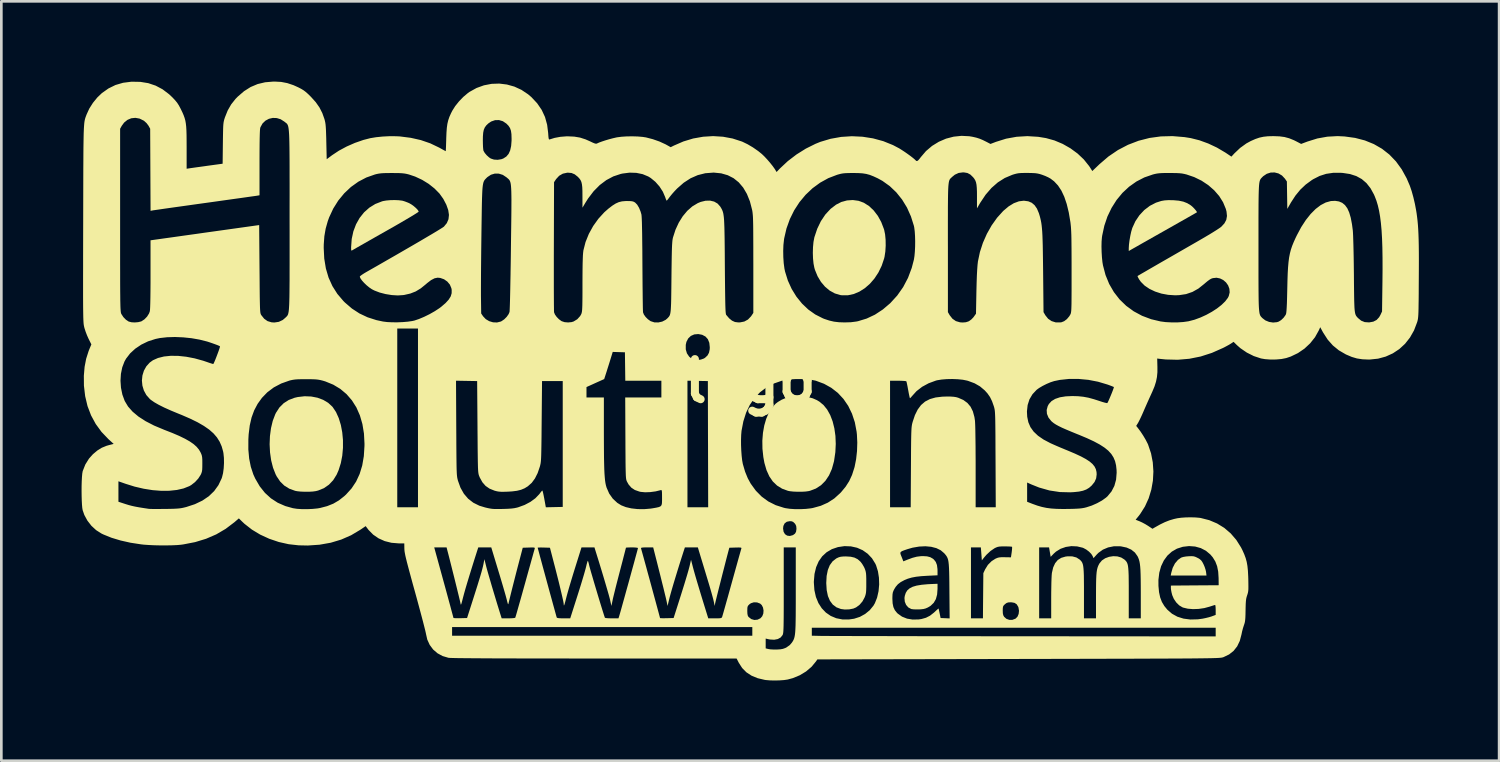
<source format=kicad_pcb>
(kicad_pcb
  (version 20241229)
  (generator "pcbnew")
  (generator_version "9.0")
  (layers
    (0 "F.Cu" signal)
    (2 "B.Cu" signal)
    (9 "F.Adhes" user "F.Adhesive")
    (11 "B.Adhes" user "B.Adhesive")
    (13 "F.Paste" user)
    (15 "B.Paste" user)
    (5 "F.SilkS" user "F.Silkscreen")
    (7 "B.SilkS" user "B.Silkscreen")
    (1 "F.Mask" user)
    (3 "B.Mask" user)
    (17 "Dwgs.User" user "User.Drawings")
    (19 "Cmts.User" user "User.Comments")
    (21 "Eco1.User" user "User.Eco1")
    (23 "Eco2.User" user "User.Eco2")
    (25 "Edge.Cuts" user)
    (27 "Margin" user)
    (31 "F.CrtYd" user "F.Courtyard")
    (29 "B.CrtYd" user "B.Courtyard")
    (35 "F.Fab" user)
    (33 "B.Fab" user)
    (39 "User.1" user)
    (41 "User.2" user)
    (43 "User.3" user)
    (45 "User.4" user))
  (footprint "logo"
    (layer "F.Cu")
    (at 25.003 11.198)
    (property "Reference" "logo" (at 0 0 0) (layer "F.SilkS") (effects (font (size 1.5 1.5) (thickness 0.3))))
    (attr board_only exclude_from_pos_files exclude_from_bom)
    (fp_poly (pts (xy 16.568 6.551) (xy 16.63 6.567) (xy 16.699 6.598) (xy 16.725 6.612) (xy 16.803 6.657) (xy 16.858 6.705) (xy 16.904 6.771) (xy 16.943 6.845) (xy 16.988 6.949) (xy 17.023 7.059) (xy 17.04 7.138) (xy 17.056 7.27) (xy 16.388 7.27) (xy 15.719 7.27) (xy 15.737 7.178) (xy 15.792 6.984) (xy 15.877 6.818) (xy 15.989 6.686) (xy 16.107 6.602) (xy 16.182 6.577) (xy 16.29 6.558) (xy 16.387 6.55) (xy 16.493 6.546)) (stroke (width 0) (type solid)) (fill yes) (layer "F.SilkS"))
    (fp_poly (pts (xy 7 7.77) (xy 6.985 7.978) (xy 6.939 8.15) (xy 6.859 8.289) (xy 6.744 8.4) (xy 6.64 8.464) (xy 6.558 8.5) (xy 6.475 8.522) (xy 6.37 8.534) (xy 6.3 8.537) (xy 6.192 8.538) (xy 6.095 8.533) (xy 6.026 8.524) (xy 6.015 8.521) (xy 5.906 8.462) (xy 5.825 8.368) (xy 5.776 8.248) (xy 5.764 8.111) (xy 5.776 8.03) (xy 5.813 7.917) (xy 5.871 7.824) (xy 5.956 7.75) (xy 6.07 7.691) (xy 6.219 7.647) (xy 6.407 7.616) (xy 6.637 7.595) (xy 6.781 7.588) (xy 7 7.579)) (stroke (width 0) (type solid)) (fill yes) (layer "F.SilkS"))
    (fp_poly (pts (xy 3.753 6.567) (xy 3.895 6.6) (xy 4.013 6.66) (xy 4.117 6.751) (xy 4.12 6.754) (xy 4.185 6.84) (xy 4.247 6.945) (xy 4.277 7.009) (xy 4.3 7.071) (xy 4.316 7.13) (xy 4.327 7.198) (xy 4.333 7.283) (xy 4.336 7.398) (xy 4.336 7.545) (xy 4.336 7.698) (xy 4.333 7.811) (xy 4.327 7.896) (xy 4.316 7.962) (xy 4.299 8.022) (xy 4.278 8.08) (xy 4.195 8.236) (xy 4.084 8.366) (xy 3.954 8.462) (xy 3.852 8.506) (xy 3.697 8.536) (xy 3.533 8.541) (xy 3.388 8.522) (xy 3.22 8.459) (xy 3.084 8.357) (xy 2.978 8.216) (xy 2.902 8.037) (xy 2.856 7.817) (xy 2.84 7.558) (xy 2.84 7.545) (xy 2.854 7.284) (xy 2.899 7.063) (xy 2.973 6.881) (xy 3.078 6.738) (xy 3.213 6.633) (xy 3.237 6.62) (xy 3.31 6.587) (xy 3.381 6.568) (xy 3.468 6.559) (xy 3.574 6.556)) (stroke (width 0) (type solid)) (fill yes) (layer "F.SilkS"))
    (fp_poly (pts (xy 4.046 -6.74) (xy 4.241 -6.669) (xy 4.435 -6.547) (xy 4.611 -6.382) (xy 4.766 -6.18) (xy 4.895 -5.947) (xy 4.994 -5.688) (xy 5.005 -5.654) (xy 5.04 -5.482) (xy 5.059 -5.279) (xy 5.062 -5.062) (xy 5.049 -4.848) (xy 5.02 -4.653) (xy 5.003 -4.581) (xy 4.911 -4.309) (xy 4.789 -4.059) (xy 4.641 -3.834) (xy 4.471 -3.638) (xy 4.283 -3.474) (xy 4.082 -3.346) (xy 3.871 -3.256) (xy 3.653 -3.209) (xy 3.434 -3.207) (xy 3.365 -3.216) (xy 3.161 -3.277) (xy 2.969 -3.382) (xy 2.795 -3.527) (xy 2.642 -3.708) (xy 2.515 -3.92) (xy 2.417 -4.159) (xy 2.395 -4.234) (xy 2.364 -4.393) (xy 2.345 -4.585) (xy 2.338 -4.794) (xy 2.344 -5.004) (xy 2.362 -5.2) (xy 2.393 -5.365) (xy 2.396 -5.378) (xy 2.503 -5.697) (xy 2.64 -5.981) (xy 2.807 -6.229) (xy 3.001 -6.438) (xy 3.205 -6.595) (xy 3.403 -6.696) (xy 3.615 -6.754) (xy 3.833 -6.769)) (stroke (width 0) (type solid)) (fill yes) (layer "F.SilkS"))
    (fp_poly (pts (xy 15.797 -6.763) (xy 15.812 -6.763) (xy 16.019 -6.745) (xy 16.19 -6.709) (xy 16.336 -6.652) (xy 16.47 -6.57) (xy 16.529 -6.521) (xy 16.59 -6.46) (xy 16.645 -6.398) (xy 16.685 -6.346) (xy 16.699 -6.313) (xy 16.697 -6.309) (xy 16.674 -6.296) (xy 16.612 -6.26) (xy 16.514 -6.204) (xy 16.384 -6.13) (xy 16.228 -6.041) (xy 16.047 -5.939) (xy 15.848 -5.826) (xy 15.633 -5.704) (xy 15.525 -5.643) (xy 15.3 -5.516) (xy 15.086 -5.395) (xy 14.887 -5.282) (xy 14.706 -5.18) (xy 14.55 -5.091) (xy 14.422 -5.018) (xy 14.326 -4.964) (xy 14.268 -4.931) (xy 14.256 -4.924) (xy 14.15 -4.863) (xy 14.15 -4.971) (xy 14.158 -5.101) (xy 14.178 -5.259) (xy 14.207 -5.427) (xy 14.241 -5.584) (xy 14.279 -5.713) (xy 14.283 -5.726) (xy 14.398 -5.977) (xy 14.549 -6.201) (xy 14.731 -6.395) (xy 14.939 -6.553) (xy 15.168 -6.671) (xy 15.365 -6.734) (xy 15.489 -6.756) (xy 15.627 -6.765)) (stroke (width 0) (type solid)) (fill yes) (layer "F.SilkS"))
    (fp_poly (pts (xy -16.417 0.577) (xy -16.183 0.622) (xy -15.97 0.702) (xy -15.783 0.813) (xy -15.63 0.954) (xy -15.616 0.97) (xy -15.489 1.16) (xy -15.387 1.387) (xy -15.309 1.642) (xy -15.257 1.917) (xy -15.23 2.205) (xy -15.23 2.499) (xy -15.256 2.789) (xy -15.31 3.068) (xy -15.392 3.329) (xy -15.465 3.496) (xy -15.595 3.705) (xy -15.756 3.875) (xy -15.944 4.005) (xy -16.158 4.092) (xy -16.245 4.114) (xy -16.36 4.13) (xy -16.503 4.138) (xy -16.659 4.138) (xy -16.811 4.132) (xy -16.942 4.118) (xy -17.018 4.103) (xy -17.237 4.023) (xy -17.423 3.908) (xy -17.578 3.756) (xy -17.709 3.562) (xy -17.748 3.486) (xy -17.845 3.239) (xy -17.915 2.963) (xy -17.957 2.667) (xy -17.972 2.362) (xy -17.96 2.057) (xy -17.921 1.762) (xy -17.855 1.487) (xy -17.762 1.242) (xy -17.734 1.185) (xy -17.605 0.986) (xy -17.447 0.828) (xy -17.258 0.707) (xy -17.035 0.623) (xy -16.916 0.596) (xy -16.663 0.567)) (stroke (width 0) (type solid)) (fill yes) (layer "F.SilkS"))
    (fp_poly (pts (xy -13.152 -6.762) (xy -13.026 -6.747) (xy -13.003 -6.743) (xy -12.917 -6.717) (xy -12.815 -6.678) (xy -12.754 -6.652) (xy -12.669 -6.603) (xy -12.582 -6.54) (xy -12.501 -6.47) (xy -12.438 -6.404) (xy -12.404 -6.351) (xy -12.4 -6.335) (xy -12.421 -6.316) (xy -12.483 -6.275) (xy -12.582 -6.213) (xy -12.714 -6.133) (xy -12.877 -6.037) (xy -13.066 -5.926) (xy -13.279 -5.803) (xy -13.513 -5.67) (xy -13.606 -5.617) (xy -13.833 -5.489) (xy -14.048 -5.367) (xy -14.247 -5.254) (xy -14.425 -5.152) (xy -14.58 -5.064) (xy -14.705 -4.993) (xy -14.798 -4.939) (xy -14.854 -4.907) (xy -14.869 -4.898) (xy -14.9 -4.88) (xy -14.917 -4.883) (xy -14.924 -4.917) (xy -14.925 -4.99) (xy -14.925 -5.008) (xy -14.903 -5.312) (xy -14.841 -5.598) (xy -14.741 -5.862) (xy -14.607 -6.1) (xy -14.441 -6.308) (xy -14.245 -6.483) (xy -14.022 -6.621) (xy -13.774 -6.718) (xy -13.732 -6.73) (xy -13.612 -6.751) (xy -13.464 -6.764) (xy -13.304 -6.768)) (stroke (width 0) (type solid)) (fill yes) (layer "F.SilkS"))
    (fp_poly (pts (xy 2.019 0.585) (xy 2.189 0.606) (xy 2.337 0.645) (xy 2.475 0.706) (xy 2.582 0.768) (xy 2.738 0.897) (xy 2.874 1.066) (xy 2.988 1.271) (xy 3.078 1.507) (xy 3.143 1.769) (xy 3.183 2.051) (xy 3.195 2.349) (xy 3.18 2.657) (xy 3.134 2.97) (xy 3.126 3.011) (xy 3.05 3.286) (xy 2.943 3.526) (xy 2.807 3.73) (xy 2.643 3.894) (xy 2.452 4.018) (xy 2.237 4.1) (xy 2.18 4.114) (xy 2.066 4.13) (xy 1.922 4.138) (xy 1.766 4.138) (xy 1.614 4.132) (xy 1.482 4.118) (xy 1.407 4.103) (xy 1.189 4.023) (xy 1.001 3.907) (xy 0.842 3.754) (xy 0.711 3.563) (xy 0.606 3.331) (xy 0.527 3.058) (xy 0.487 2.84) (xy 0.454 2.531) (xy 0.45 2.228) (xy 0.473 1.937) (xy 0.521 1.664) (xy 0.594 1.413) (xy 0.69 1.189) (xy 0.808 0.999) (xy 0.946 0.847) (xy 1.033 0.78) (xy 1.171 0.698) (xy 1.306 0.64) (xy 1.453 0.603) (xy 1.622 0.584) (xy 1.812 0.579)) (stroke (width 0) (type solid)) (fill yes) (layer "F.SilkS"))
    (fp_poly (pts (xy -17.541 -11.185) (xy -17.312 -11.141) (xy -17.081 -11.064) (xy -16.9 -10.982) (xy -16.792 -10.926) (xy -16.703 -10.872) (xy -16.621 -10.81) (xy -16.532 -10.731) (xy -16.425 -10.625) (xy -16.247 -10.427) (xy -16.109 -10.23) (xy -16.003 -10.022) (xy -15.923 -9.797) (xy -15.906 -9.734) (xy -15.892 -9.669) (xy -15.881 -9.596) (xy -15.873 -9.507) (xy -15.866 -9.394) (xy -15.861 -9.25) (xy -15.855 -9.068) (xy -15.853 -8.952) (xy -15.838 -8.295) (xy -15.637 -8.445) (xy -15.382 -8.614) (xy -15.092 -8.77) (xy -14.782 -8.906) (xy -14.468 -9.015) (xy -14.208 -9.082) (xy -13.99 -9.118) (xy -13.743 -9.143) (xy -13.486 -9.156) (xy -13.239 -9.154) (xy -13.101 -9.147) (xy -12.694 -9.095) (xy -12.318 -9.01) (xy -11.966 -8.889) (xy -11.63 -8.728) (xy -11.576 -8.698) (xy -11.492 -8.651) (xy -11.427 -8.616) (xy -11.392 -8.597) (xy -11.388 -8.596) (xy -11.385 -8.62) (xy -11.381 -8.686) (xy -11.377 -8.786) (xy -11.373 -8.914) (xy -11.37 -9.003) (xy -10 -9.003) (xy -9.998 -8.874) (xy -9.994 -8.759) (xy -9.986 -8.669) (xy -9.978 -8.616) (xy -9.977 -8.613) (xy -9.929 -8.53) (xy -9.854 -8.441) (xy -9.766 -8.362) (xy -9.702 -8.32) (xy -9.583 -8.281) (xy -9.445 -8.273) (xy -9.307 -8.295) (xy -9.235 -8.322) (xy -9.123 -8.394) (xy -9.038 -8.493) (xy -8.979 -8.623) (xy -8.942 -8.788) (xy -8.926 -8.994) (xy -8.926 -9.071) (xy -8.931 -9.234) (xy -8.949 -9.359) (xy -8.984 -9.459) (xy -9.039 -9.544) (xy -9.119 -9.626) (xy -9.12 -9.627) (xy -9.252 -9.716) (xy -9.397 -9.759) (xy -9.545 -9.755) (xy -9.689 -9.705) (xy -9.795 -9.633) (xy -9.872 -9.559) (xy -9.927 -9.483) (xy -9.965 -9.395) (xy -9.987 -9.286) (xy -9.998 -9.144) (xy -10 -9.003) (xy -11.37 -9.003) (xy -11.369 -9.06) (xy -11.369 -9.065) (xy -11.36 -9.285) (xy -11.347 -9.465) (xy -11.326 -9.617) (xy -11.294 -9.752) (xy -11.25 -9.88) (xy -11.191 -10.012) (xy -11.142 -10.108) (xy -11.034 -10.28) (xy -10.892 -10.457) (xy -10.731 -10.624) (xy -10.563 -10.766) (xy -10.499 -10.812) (xy -10.236 -10.958) (xy -9.959 -11.058) (xy -9.674 -11.113) (xy -9.386 -11.123) (xy -9.1 -11.088) (xy -8.821 -11.01) (xy -8.556 -10.888) (xy -8.308 -10.722) (xy -8.184 -10.616) (xy -7.969 -10.386) (xy -7.8 -10.139) (xy -7.676 -9.873) (xy -7.596 -9.583) (xy -7.558 -9.277) (xy -7.55 -9.16) (xy -7.542 -9.086) (xy -7.531 -9.046) (xy -7.517 -9.032) (xy -7.502 -9.035) (xy -7.318 -9.092) (xy -7.104 -9.132) (xy -6.882 -9.15) (xy -6.825 -9.151) (xy -6.583 -9.14) (xy -6.367 -9.104) (xy -6.159 -9.037) (xy -5.992 -8.963) (xy -5.889 -8.914) (xy -5.82 -8.886) (xy -5.773 -8.875) (xy -5.739 -8.879) (xy -5.719 -8.889) (xy -5.65 -8.92) (xy -5.545 -8.958) (xy -5.418 -9) (xy -5.28 -9.041) (xy -5.144 -9.077) (xy -5.023 -9.105) (xy -4.987 -9.113) (xy -4.819 -9.135) (xy -4.622 -9.148) (xy -4.413 -9.151) (xy -4.207 -9.145) (xy -4.022 -9.129) (xy -3.9 -9.11) (xy -3.645 -9.044) (xy -3.395 -8.956) (xy -3.171 -8.853) (xy -3.136 -8.834) (xy -2.977 -8.745) (xy -2.857 -8.805) (xy -2.502 -8.959) (xy -2.136 -9.07) (xy -1.763 -9.136) (xy -1.39 -9.159) (xy -1.02 -9.136) (xy -0.661 -9.069) (xy -0.316 -8.957) (xy -0.288 -8.945) (xy -0.1 -8.854) (xy 0.101 -8.735) (xy 0.296 -8.599) (xy 0.431 -8.49) (xy 0.523 -8.402) (xy 0.629 -8.289) (xy 0.737 -8.164) (xy 0.835 -8.041) (xy 0.912 -7.933) (xy 0.933 -7.9) (xy 0.982 -7.817) (xy 1.11 -7.951) (xy 1.402 -8.224) (xy 1.728 -8.473) (xy 2.076 -8.691) (xy 2.436 -8.87) (xy 2.621 -8.945) (xy 3.003 -9.059) (xy 3.397 -9.129) (xy 3.797 -9.155) (xy 4.197 -9.136) (xy 4.59 -9.074) (xy 4.972 -8.97) (xy 5.336 -8.823) (xy 5.569 -8.7) (xy 5.666 -8.639) (xy 5.777 -8.566) (xy 5.891 -8.486) (xy 5.998 -8.408) (xy 6.088 -8.338) (xy 6.152 -8.283) (xy 6.172 -8.263) (xy 6.206 -8.231) (xy 6.24 -8.228) (xy 6.282 -8.258) (xy 6.338 -8.324) (xy 6.375 -8.373) (xy 6.569 -8.6) (xy 6.795 -8.792) (xy 7.047 -8.947) (xy 7.318 -9.064) (xy 7.602 -9.138) (xy 7.895 -9.169) (xy 8.188 -9.154) (xy 8.312 -9.133) (xy 8.451 -9.101) (xy 8.571 -9.063) (xy 8.691 -9.013) (xy 8.832 -8.943) (xy 8.834 -8.942) (xy 8.98 -8.866) (xy 9.184 -8.944) (xy 9.564 -9.063) (xy 9.956 -9.134) (xy 10.357 -9.158) (xy 10.763 -9.133) (xy 11.056 -9.085) (xy 11.372 -8.997) (xy 11.679 -8.868) (xy 11.969 -8.703) (xy 12.235 -8.508) (xy 12.469 -8.287) (xy 12.664 -8.044) (xy 12.7 -7.99) (xy 12.787 -7.853) (xy 13.057 -8.111) (xy 13.391 -8.397) (xy 13.746 -8.638) (xy 14.122 -8.834) (xy 14.516 -8.985) (xy 14.926 -9.09) (xy 15.35 -9.148) (xy 15.786 -9.159) (xy 16.232 -9.122) (xy 16.469 -9.084) (xy 16.791 -9.003) (xy 17.121 -8.883) (xy 17.446 -8.73) (xy 17.751 -8.55) (xy 17.778 -8.533) (xy 17.988 -8.392) (xy 18.1 -8.514) (xy 18.314 -8.717) (xy 18.547 -8.885) (xy 18.712 -8.975) (xy 18.882 -9.05) (xy 19.034 -9.102) (xy 19.185 -9.135) (xy 19.35 -9.153) (xy 19.548 -9.158) (xy 19.562 -9.158) (xy 19.784 -9.15) (xy 19.973 -9.125) (xy 20.147 -9.078) (xy 20.323 -9.007) (xy 20.429 -8.954) (xy 20.595 -8.867) (xy 20.829 -8.955) (xy 21.201 -9.071) (xy 21.575 -9.138) (xy 21.957 -9.159) (xy 22.221 -9.146) (xy 22.614 -9.092) (xy 22.978 -8.997) (xy 23.313 -8.861) (xy 23.619 -8.685) (xy 23.894 -8.469) (xy 24.14 -8.213) (xy 24.355 -7.917) (xy 24.54 -7.581) (xy 24.661 -7.298) (xy 24.728 -7.1) (xy 24.792 -6.869) (xy 24.85 -6.62) (xy 24.897 -6.368) (xy 24.911 -6.281) (xy 24.93 -6.139) (xy 24.947 -5.994) (xy 24.961 -5.842) (xy 24.972 -5.679) (xy 24.981 -5.499) (xy 24.988 -5.297) (xy 24.993 -5.069) (xy 24.996 -4.81) (xy 24.997 -4.516) (xy 24.996 -4.18) (xy 24.994 -3.829) (xy 24.992 -3.523) (xy 24.991 -3.262) (xy 24.989 -3.043) (xy 24.986 -2.861) (xy 24.984 -2.712) (xy 24.981 -2.592) (xy 24.977 -2.495) (xy 24.972 -2.419) (xy 24.966 -2.359) (xy 24.959 -2.309) (xy 24.95 -2.267) (xy 24.94 -2.228) (xy 24.928 -2.19) (xy 24.815 -1.894) (xy 24.664 -1.628) (xy 24.48 -1.394) (xy 24.265 -1.196) (xy 24.023 -1.036) (xy 23.758 -0.916) (xy 23.472 -0.838) (xy 23.168 -0.806) (xy 23.113 -0.805) (xy 22.883 -0.815) (xy 22.681 -0.846) (xy 22.488 -0.903) (xy 22.283 -0.99) (xy 22.262 -1) (xy 22.004 -1.15) (xy 21.781 -1.332) (xy 21.588 -1.55) (xy 21.421 -1.808) (xy 21.405 -1.836) (xy 21.309 -2.014) (xy 21.252 -1.888) (xy 21.113 -1.639) (xy 20.932 -1.412) (xy 20.718 -1.212) (xy 20.475 -1.046) (xy 20.209 -0.918) (xy 20.036 -0.86) (xy 19.861 -0.825) (xy 19.658 -0.807) (xy 19.446 -0.805) (xy 19.245 -0.82) (xy 19.094 -0.846) (xy 18.825 -0.935) (xy 18.565 -1.065) (xy 18.326 -1.228) (xy 18.194 -1.344) (xy 18.069 -1.467) (xy 17.976 -1.405) (xy 17.911 -1.365) (xy 17.817 -1.313) (xy 17.712 -1.257) (xy 17.673 -1.238) (xy 17.258 -1.054) (xy 16.839 -0.919) (xy 16.414 -0.834) (xy 15.981 -0.797) (xy 15.535 -0.808) (xy 15.325 -0.829) (xy 15.213 -0.843) (xy 15.221 -0.531) (xy 15.221 -0.33) (xy 15.204 -0.151) (xy 15.169 0.021) (xy 15.113 0.2) (xy 15.03 0.398) (xy 14.989 0.488) (xy 14.926 0.626) (xy 14.852 0.79) (xy 14.777 0.96) (xy 14.71 1.113) (xy 14.71 1.114) (xy 14.653 1.245) (xy 14.596 1.369) (xy 14.544 1.475) (xy 14.505 1.55) (xy 14.497 1.564) (xy 14.428 1.676) (xy 14.489 1.751) (xy 14.589 1.885) (xy 14.69 2.038) (xy 14.782 2.194) (xy 14.855 2.336) (xy 14.874 2.379) (xy 14.983 2.702) (xy 15.048 3.038) (xy 15.071 3.38) (xy 15.053 3.723) (xy 14.993 4.06) (xy 14.894 4.384) (xy 14.755 4.689) (xy 14.578 4.969) (xy 14.514 5.052) (xy 14.407 5.184) (xy 14.555 5.243) (xy 14.653 5.288) (xy 14.767 5.349) (xy 14.87 5.412) (xy 15.037 5.523) (xy 15.113 5.478) (xy 15.319 5.362) (xy 15.5 5.274) (xy 15.671 5.207) (xy 15.843 5.156) (xy 15.971 5.128) (xy 16.114 5.109) (xy 16.286 5.097) (xy 16.471 5.094) (xy 16.648 5.099) (xy 16.8 5.113) (xy 16.839 5.119) (xy 17.158 5.2) (xy 17.452 5.324) (xy 17.721 5.489) (xy 17.961 5.695) (xy 18.171 5.939) (xy 18.348 6.22) (xy 18.399 6.321) (xy 18.468 6.475) (xy 18.521 6.618) (xy 18.56 6.761) (xy 18.587 6.915) (xy 18.605 7.091) (xy 18.616 7.301) (xy 18.619 7.395) (xy 18.622 7.561) (xy 18.623 7.687) (xy 18.622 7.781) (xy 18.616 7.853) (xy 18.606 7.911) (xy 18.591 7.965) (xy 18.577 8.008) (xy 18.556 8.074) (xy 18.54 8.143) (xy 18.53 8.226) (xy 18.523 8.331) (xy 18.519 8.471) (xy 18.517 8.571) (xy 18.514 8.732) (xy 18.509 8.853) (xy 18.501 8.944) (xy 18.49 9.016) (xy 18.473 9.079) (xy 18.454 9.134) (xy 18.42 9.239) (xy 18.387 9.364) (xy 18.364 9.475) (xy 18.301 9.715) (xy 18.203 9.919) (xy 18.069 10.088) (xy 17.901 10.221) (xy 17.698 10.319) (xy 17.682 10.325) (xy 17.667 10.329) (xy 17.651 10.334) (xy 17.631 10.338) (xy 17.607 10.342) (xy 17.575 10.345) (xy 17.535 10.349) (xy 17.485 10.352) (xy 17.423 10.355) (xy 17.348 10.357) (xy 17.257 10.36) (xy 17.15 10.362) (xy 17.023 10.364) (xy 16.877 10.366) (xy 16.708 10.368) (xy 16.516 10.37) (xy 16.298 10.372) (xy 16.053 10.373) (xy 15.779 10.374) (xy 15.475 10.376) (xy 15.139 10.377) (xy 14.768 10.378) (xy 14.362 10.38) (xy 13.919 10.381) (xy 13.437 10.382) (xy 12.914 10.384) (xy 12.348 10.385) (xy 11.739 10.386) (xy 11.084 10.388) (xy 10.381 10.389) (xy 10.023 10.39) (xy 2.508 10.406) (xy 2.454 10.484) (xy 2.289 10.683) (xy 2.086 10.856) (xy 1.852 10.998) (xy 1.595 11.105) (xy 1.395 11.159) (xy 1.258 11.179) (xy 1.09 11.191) (xy 0.91 11.195) (xy 0.735 11.191) (xy 0.583 11.178) (xy 0.541 11.172) (xy 0.275 11.109) (xy 0.047 11.015) (xy -0.146 10.889) (xy -0.304 10.729) (xy -0.43 10.533) (xy -0.431 10.531) (xy -0.512 10.373) (xy -5.827 10.373) (xy -6.505 10.373) (xy -7.135 10.372) (xy -7.716 10.372) (xy -8.25 10.371) (xy -8.738 10.37) (xy -9.18 10.369) (xy -9.577 10.368) (xy -9.931 10.366) (xy -10.241 10.364) (xy -10.51 10.362) (xy -10.738 10.36) (xy -10.925 10.358) (xy -11.073 10.355) (xy -11.183 10.352) (xy -11.255 10.349) (xy -11.289 10.345) (xy -11.505 10.281) (xy -11.696 10.177) (xy -11.859 10.036) (xy -11.987 9.863) (xy -12.078 9.664) (xy -12.086 9.627) (xy 0.575 9.627) (xy 0.575 9.811) (xy 0.575 9.994) (xy 0.681 10.02) (xy 0.758 10.031) (xy 0.863 10.037) (xy 0.978 10.038) (xy 1 10.037) (xy 1.125 10.029) (xy 1.219 10.012) (xy 1.301 9.983) (xy 1.343 9.964) (xy 1.476 9.871) (xy 1.548 9.787) (xy 1.578 9.744) (xy 1.603 9.702) (xy 1.624 9.658) (xy 1.642 9.609) (xy 1.657 9.549) (xy 1.669 9.476) (xy 1.679 9.385) (xy 1.68 9.371) (xy 2.3 9.371) (xy 2.3 9.52) (xy 2.644 9.528) (xy 2.697 9.529) (xy 2.799 9.53) (xy 2.946 9.53) (xy 3.137 9.531) (xy 3.37 9.532) (xy 3.642 9.532) (xy 3.951 9.533) (xy 4.296 9.534) (xy 4.674 9.535) (xy 5.083 9.535) (xy 5.521 9.536) (xy 5.986 9.537) (xy 6.476 9.538) (xy 6.989 9.538) (xy 7.522 9.539) (xy 8.074 9.539) (xy 8.642 9.54) (xy 9.224 9.541) (xy 9.819 9.541) (xy 10.194 9.541) (xy 17.4 9.547) (xy 17.4 9.384) (xy 17.4 9.222) (xy 9.85 9.222) (xy 2.3 9.222) (xy 2.3 9.371) (xy 1.68 9.371) (xy 1.686 9.272) (xy 1.692 9.134) (xy 1.695 8.967) (xy 1.698 8.767) (xy 1.699 8.53) (xy 1.7 8.251) (xy 1.7 7.928) (xy 1.7 7.802) (xy 1.7 7.532) (xy 2.376 7.532) (xy 2.396 7.815) (xy 2.453 8.072) (xy 2.546 8.299) (xy 2.671 8.494) (xy 2.826 8.656) (xy 3.008 8.781) (xy 3.214 8.867) (xy 3.442 8.912) (xy 3.689 8.913) (xy 3.882 8.885) (xy 4.096 8.816) (xy 4.294 8.707) (xy 4.466 8.566) (xy 4.604 8.397) (xy 4.658 8.304) (xy 4.726 8.133) (xy 5.312 8.133) (xy 5.321 8.31) (xy 5.35 8.45) (xy 5.404 8.566) (xy 5.485 8.667) (xy 5.512 8.693) (xy 5.672 8.807) (xy 5.859 8.882) (xy 6.069 8.917) (xy 6.296 8.912) (xy 6.402 8.896) (xy 6.568 8.849) (xy 6.717 8.773) (xy 6.864 8.658) (xy 6.893 8.632) (xy 6.96 8.569) (xy 7.011 8.524) (xy 7.037 8.503) (xy 7.038 8.503) (xy 7.045 8.528) (xy 7.059 8.59) (xy 7.077 8.675) (xy 7.079 8.684) (xy 7.115 8.859) (xy 7.284 8.866) (xy 7.453 8.874) (xy 7.444 7.828) (xy 7.442 7.554) (xy 7.439 7.325) (xy 7.435 7.137) (xy 7.429 6.983) (xy 7.421 6.86) (xy 7.41 6.762) (xy 7.396 6.684) (xy 7.376 6.622) (xy 7.352 6.57) (xy 7.322 6.524) (xy 7.285 6.477) (xy 7.249 6.436) (xy 7.121 6.327) (xy 6.957 6.246) (xy 6.851 6.219) (xy 8.25 6.219) (xy 8.25 7.545) (xy 8.25 8.871) (xy 8.474 8.871) (xy 8.698 8.871) (xy 8.7 8.579) (xy 9.438 8.579) (xy 9.442 8.683) (xy 9.458 8.755) (xy 9.489 8.812) (xy 9.49 8.813) (xy 9.575 8.889) (xy 9.682 8.927) (xy 9.799 8.927) (xy 9.911 8.885) (xy 9.921 8.879) (xy 9.99 8.808) (xy 10.033 8.706) (xy 10.046 8.589) (xy 10.027 8.469) (xy 10.015 8.436) (xy 9.96 8.346) (xy 9.881 8.293) (xy 9.769 8.272) (xy 9.732 8.271) (xy 9.644 8.276) (xy 9.581 8.297) (xy 9.521 8.342) (xy 9.52 8.343) (xy 9.475 8.387) (xy 9.451 8.428) (xy 9.441 8.485) (xy 9.438 8.574) (xy 9.438 8.579) (xy 8.7 8.579) (xy 8.705 8.027) (xy 8.713 7.182) (xy 8.779 7.041) (xy 8.883 6.872) (xy 9.022 6.733) (xy 9.164 6.642) (xy 9.233 6.612) (xy 9.299 6.594) (xy 9.379 6.586) (xy 9.489 6.585) (xy 9.516 6.586) (xy 9.745 6.59) (xy 9.773 6.4) (xy 9.784 6.308) (xy 9.789 6.237) (xy 9.788 6.219) (xy 10.8 6.219) (xy 10.8 7.545) (xy 10.8 8.871) (xy 11.025 8.871) (xy 11.25 8.871) (xy 11.25 8.102) (xy 11.251 7.901) (xy 11.254 7.71) (xy 11.257 7.534) (xy 11.262 7.383) (xy 11.268 7.264) (xy 11.275 7.184) (xy 11.277 7.17) (xy 11.324 6.968) (xy 11.397 6.81) (xy 11.496 6.69) (xy 11.625 6.609) (xy 11.785 6.562) (xy 11.857 6.553) (xy 12.039 6.554) (xy 12.192 6.595) (xy 12.311 6.671) (xy 12.35 6.707) (xy 12.383 6.745) (xy 12.409 6.788) (xy 12.43 6.842) (xy 12.446 6.912) (xy 12.457 7.002) (xy 12.465 7.118) (xy 12.471 7.264) (xy 12.473 7.446) (xy 12.475 7.669) (xy 12.475 7.925) (xy 12.475 8.871) (xy 12.7 8.871) (xy 12.925 8.871) (xy 12.925 8.039) (xy 12.926 7.783) (xy 12.928 7.572) (xy 12.932 7.399) (xy 12.939 7.259) (xy 12.949 7.146) (xy 12.963 7.055) (xy 12.982 6.979) (xy 13.005 6.914) (xy 13.035 6.853) (xy 13.057 6.814) (xy 13.147 6.706) (xy 13.27 6.624) (xy 13.415 6.571) (xy 13.57 6.547) (xy 13.725 6.555) (xy 13.868 6.597) (xy 13.986 6.671) (xy 14.025 6.707) (xy 14.058 6.745) (xy 14.084 6.788) (xy 14.105 6.842) (xy 14.121 6.912) (xy 14.132 7.002) (xy 14.14 7.118) (xy 14.146 7.264) (xy 14.148 7.446) (xy 14.15 7.669) (xy 14.15 7.925) (xy 14.15 8.871) (xy 14.375 8.871) (xy 14.6 8.871) (xy 14.6 7.927) (xy 14.599 7.65) (xy 14.597 7.433) (xy 15.259 7.433) (xy 15.26 7.658) (xy 15.282 7.891) (xy 15.324 8.088) (xy 15.389 8.258) (xy 15.481 8.412) (xy 15.593 8.548) (xy 15.766 8.698) (xy 15.968 8.81) (xy 16.199 8.882) (xy 16.455 8.915) (xy 16.733 8.908) (xy 16.908 8.884) (xy 17.028 8.859) (xy 17.15 8.829) (xy 17.249 8.799) (xy 17.261 8.794) (xy 17.4 8.743) (xy 17.4 8.557) (xy 17.397 8.467) (xy 17.391 8.402) (xy 17.381 8.371) (xy 17.379 8.371) (xy 17.347 8.378) (xy 17.281 8.399) (xy 17.194 8.427) (xy 17.173 8.434) (xy 16.973 8.488) (xy 16.761 8.519) (xy 16.55 8.526) (xy 16.355 8.51) (xy 16.187 8.47) (xy 16.156 8.458) (xy 16.036 8.386) (xy 15.926 8.277) (xy 15.834 8.141) (xy 15.775 8.003) (xy 15.749 7.902) (xy 15.731 7.805) (xy 15.725 7.743) (xy 15.725 7.646) (xy 16.619 7.639) (xy 17.512 7.633) (xy 17.509 7.366) (xy 17.494 7.127) (xy 17.454 6.923) (xy 17.387 6.747) (xy 17.289 6.588) (xy 17.198 6.481) (xy 17.034 6.344) (xy 16.843 6.245) (xy 16.631 6.186) (xy 16.404 6.169) (xy 16.17 6.196) (xy 15.951 6.266) (xy 15.759 6.377) (xy 15.595 6.525) (xy 15.461 6.708) (xy 15.359 6.922) (xy 15.291 7.165) (xy 15.259 7.433) (xy 14.597 7.433) (xy 14.597 7.419) (xy 14.593 7.227) (xy 14.587 7.069) (xy 14.578 6.941) (xy 14.566 6.836) (xy 14.551 6.749) (xy 14.531 6.676) (xy 14.507 6.611) (xy 14.478 6.549) (xy 14.38 6.411) (xy 14.243 6.302) (xy 14.071 6.225) (xy 13.866 6.181) (xy 13.82 6.176) (xy 13.591 6.177) (xy 13.377 6.22) (xy 13.183 6.302) (xy 13.017 6.421) (xy 12.954 6.484) (xy 12.832 6.621) (xy 12.8 6.544) (xy 12.748 6.462) (xy 12.663 6.376) (xy 12.56 6.298) (xy 12.454 6.241) (xy 12.43 6.231) (xy 12.219 6.181) (xy 12.004 6.171) (xy 11.796 6.202) (xy 11.601 6.27) (xy 11.431 6.375) (xy 11.346 6.451) (xy 11.23 6.572) (xy 11.2 6.395) (xy 11.17 6.219) (xy 10.985 6.219) (xy 10.8 6.219) (xy 9.788 6.219) (xy 9.787 6.198) (xy 9.786 6.196) (xy 9.756 6.19) (xy 9.688 6.185) (xy 9.592 6.182) (xy 9.517 6.181) (xy 9.395 6.182) (xy 9.309 6.188) (xy 9.244 6.201) (xy 9.185 6.224) (xy 9.137 6.247) (xy 8.982 6.352) (xy 8.828 6.495) (xy 8.734 6.605) (xy 8.657 6.704) (xy 8.639 6.461) (xy 8.62 6.219) (xy 8.435 6.219) (xy 8.25 6.219) (xy 6.851 6.219) (xy 6.764 6.196) (xy 6.548 6.176) (xy 6.314 6.187) (xy 6.068 6.229) (xy 5.88 6.283) (xy 5.756 6.325) (xy 5.674 6.357) (xy 5.628 6.388) (xy 5.61 6.421) (xy 5.615 6.464) (xy 5.636 6.522) (xy 5.668 6.6) (xy 5.694 6.668) (xy 5.701 6.686) (xy 5.722 6.74) (xy 5.88 6.676) (xy 6.064 6.608) (xy 6.224 6.566) (xy 6.375 6.547) (xy 6.453 6.544) (xy 6.607 6.553) (xy 6.727 6.584) (xy 6.825 6.64) (xy 6.865 6.674) (xy 6.935 6.763) (xy 6.979 6.879) (xy 6.998 7.028) (xy 7 7.1) (xy 7 7.262) (xy 6.631 7.279) (xy 6.395 7.294) (xy 6.198 7.316) (xy 6.033 7.347) (xy 5.889 7.389) (xy 5.765 7.44) (xy 5.624 7.516) (xy 5.519 7.596) (xy 5.437 7.692) (xy 5.386 7.774) (xy 5.35 7.845) (xy 5.328 7.907) (xy 5.317 7.978) (xy 5.313 8.074) (xy 5.312 8.133) (xy 4.726 8.133) (xy 4.741 8.093) (xy 4.795 7.856) (xy 4.818 7.605) (xy 4.81 7.352) (xy 4.772 7.111) (xy 4.704 6.892) (xy 4.675 6.828) (xy 4.549 6.625) (xy 4.389 6.456) (xy 4.202 6.324) (xy 3.991 6.231) (xy 3.762 6.18) (xy 3.52 6.171) (xy 3.277 6.207) (xy 3.05 6.284) (xy 2.853 6.4) (xy 2.688 6.552) (xy 2.557 6.739) (xy 2.461 6.959) (xy 2.4 7.211) (xy 2.376 7.493) (xy 2.376 7.532) (xy 1.7 7.532) (xy 1.7 6.219) (xy 1.475 6.219) (xy 1.25 6.219) (xy 1.25 7.814) (xy 1.25 8.138) (xy 1.25 8.415) (xy 1.249 8.651) (xy 1.248 8.847) (xy 1.246 9.009) (xy 1.244 9.139) (xy 1.241 9.243) (xy 1.237 9.323) (xy 1.233 9.383) (xy 1.227 9.427) (xy 1.22 9.46) (xy 1.212 9.484) (xy 1.206 9.497) (xy 1.135 9.586) (xy 1.029 9.645) (xy 0.894 9.671) (xy 0.736 9.662) (xy 0.669 9.649) (xy 0.575 9.627) (xy -12.086 9.627) (xy -12.122 9.47) (xy -12.133 9.416) (xy -12.146 9.359) (xy -11.15 9.359) (xy -11.15 9.522) (xy -5.537 9.522) (xy 0.075 9.522) (xy 0.075 9.359) (xy 0.075 9.197) (xy -5.537 9.197) (xy -11.15 9.197) (xy -11.15 9.359) (xy -12.146 9.359) (xy -12.155 9.32) (xy -12.189 9.185) (xy -12.232 9.016) (xy -12.284 8.818) (xy -12.343 8.597) (xy -12.408 8.356) (xy -12.477 8.101) (xy -12.537 7.883) (xy -12.622 7.578) (xy -12.693 7.316) (xy -12.753 7.095) (xy -12.802 6.91) (xy -12.842 6.757) (xy -12.873 6.631) (xy -12.897 6.529) (xy -12.913 6.447) (xy -12.925 6.38) (xy -12.931 6.325) (xy -12.934 6.277) (xy -12.934 6.262) (xy -12.935 6.219) (xy -11.818 6.219) (xy -11.459 7.526) (xy -11.391 7.773) (xy -11.328 8.005) (xy -11.27 8.219) (xy -11.218 8.409) (xy -11.175 8.571) (xy -11.14 8.7) (xy -11.115 8.793) (xy -11.102 8.844) (xy -11.1 8.853) (xy -11.077 8.861) (xy -11.014 8.866) (xy -10.922 8.867) (xy -10.845 8.866) (xy -10.59 8.859) (xy -10.37 8.171) (xy -10.28 7.888) (xy -10.204 7.648) (xy -10.142 7.446) (xy -10.091 7.278) (xy -10.05 7.137) (xy -10.019 7.02) (xy -9.994 6.922) (xy -9.976 6.837) (xy -9.973 6.821) (xy -9.942 6.66) (xy -9.874 6.933) (xy -9.852 7.016) (xy -9.817 7.139) (xy -9.772 7.296) (xy -9.719 7.477) (xy -9.661 7.677) (xy -9.598 7.887) (xy -9.534 8.1) (xy -9.471 8.309) (xy -9.41 8.507) (xy -9.355 8.685) (xy -9.322 8.79) (xy -9.296 8.871) (xy -9.05 8.871) (xy -8.943 8.869) (xy -8.857 8.863) (xy -8.802 8.854) (xy -8.788 8.847) (xy -8.779 8.819) (xy -8.757 8.747) (xy -8.725 8.637) (xy -8.684 8.491) (xy -8.634 8.316) (xy -8.577 8.116) (xy -8.515 7.894) (xy -8.449 7.657) (xy -8.423 7.565) (xy -8.356 7.322) (xy -8.292 7.092) (xy -8.233 6.882) (xy -8.181 6.694) (xy -8.136 6.534) (xy -8.101 6.406) (xy -8.075 6.316) (xy -8.062 6.268) (xy -8.06 6.261) (xy -8.057 6.241) (xy -8.07 6.229) (xy -7.95 6.229) (xy -7.944 6.255) (xy -7.925 6.323) (xy -7.897 6.429) (xy -7.86 6.567) (xy -7.815 6.732) (xy -7.765 6.918) (xy -7.71 7.119) (xy -7.652 7.332) (xy -7.593 7.549) (xy -7.534 7.766) (xy -7.476 7.977) (xy -7.421 8.177) (xy -7.371 8.36) (xy -7.326 8.522) (xy -7.289 8.656) (xy -7.261 8.758) (xy -7.243 8.821) (xy -7.238 8.84) (xy -7.213 8.856) (xy -7.151 8.866) (xy -7.045 8.871) (xy -6.98 8.871) (xy -6.733 8.871) (xy -6.465 8.031) (xy -6.399 7.823) (xy -6.336 7.62) (xy -6.278 7.429) (xy -6.227 7.258) (xy -6.186 7.115) (xy -6.156 7.006) (xy -6.143 6.955) (xy -6.119 6.854) (xy -6.097 6.775) (xy -6.081 6.728) (xy -6.075 6.719) (xy -6.063 6.742) (xy -6.045 6.8) (xy -6.028 6.875) (xy -6.015 6.928) (xy -5.99 7.018) (xy -5.955 7.142) (xy -5.911 7.291) (xy -5.862 7.46) (xy -5.808 7.643) (xy -5.751 7.833) (xy -5.694 8.024) (xy -5.638 8.209) (xy -5.585 8.382) (xy -5.537 8.538) (xy -5.496 8.668) (xy -5.464 8.768) (xy -5.443 8.831) (xy -5.435 8.85) (xy -5.406 8.859) (xy -5.339 8.866) (xy -5.244 8.87) (xy -5.175 8.871) (xy -4.929 8.871) (xy -4.903 8.79) (xy -4.889 8.742) (xy -4.863 8.653) (xy -4.828 8.53) (xy -4.786 8.378) (xy -4.737 8.202) (xy -4.683 8.008) (xy -4.626 7.801) (xy -4.566 7.587) (xy -4.507 7.372) (xy -4.449 7.16) (xy -4.393 6.957) (xy -4.341 6.769) (xy -4.296 6.601) (xy -4.257 6.459) (xy -4.227 6.349) (xy -4.208 6.275) (xy -4.202 6.25) (xy -4.087 6.25) (xy -4.078 6.281) (xy -4.058 6.355) (xy -4.027 6.465) (xy -3.988 6.606) (xy -3.942 6.774) (xy -3.89 6.962) (xy -3.835 7.166) (xy -3.776 7.379) (xy -3.717 7.596) (xy -3.658 7.813) (xy -3.601 8.023) (xy -3.547 8.221) (xy -3.498 8.402) (xy -3.455 8.56) (xy -3.42 8.69) (xy -3.394 8.787) (xy -3.379 8.845) (xy -3.375 8.86) (xy -3.352 8.865) (xy -3.289 8.867) (xy -3.197 8.867) (xy -3.121 8.866) (xy -2.867 8.859) (xy -2.596 8.008) (xy -2.531 7.8) (xy -2.467 7.595) (xy -2.409 7.403) (xy -2.357 7.23) (xy -2.315 7.085) (xy -2.285 6.974) (xy -2.271 6.92) (xy -2.216 6.682) (xy -2.149 6.944) (xy -2.115 7.071) (xy -2.067 7.241) (xy -2.005 7.454) (xy -1.928 7.711) (xy -1.837 8.013) (xy -1.73 8.361) (xy -1.659 8.59) (xy -1.572 8.871) (xy -1.323 8.871) (xy -1.209 8.871) (xy -1.135 8.867) (xy -1.091 8.859) (xy -1.068 8.844) (xy -1.054 8.819) (xy -1.052 8.815) (xy -1.042 8.78) (xy -1.019 8.702) (xy -0.987 8.591) (xy -0.113 8.591) (xy -0.109 8.694) (xy -0.097 8.761) (xy -0.074 8.808) (xy -0.062 8.822) (xy 0.037 8.899) (xy 0.151 8.932) (xy 0.271 8.921) (xy 0.38 8.868) (xy 0.447 8.792) (xy 0.486 8.691) (xy 0.495 8.578) (xy 0.475 8.468) (xy 0.427 8.374) (xy 0.367 8.319) (xy 0.254 8.276) (xy 0.134 8.271) (xy 0.023 8.306) (xy -0.031 8.344) (xy -0.074 8.386) (xy -0.098 8.425) (xy -0.11 8.478) (xy -0.112 8.561) (xy -0.113 8.591) (xy -0.987 8.591) (xy -0.986 8.586) (xy -0.943 8.435) (xy -0.893 8.256) (xy -0.835 8.052) (xy -0.773 7.828) (xy -0.707 7.59) (xy -0.688 7.522) (xy -0.621 7.281) (xy -0.558 7.055) (xy -0.5 6.847) (xy -0.449 6.663) (xy -0.405 6.507) (xy -0.37 6.384) (xy -0.346 6.298) (xy -0.333 6.255) (xy -0.332 6.251) (xy -0.335 6.235) (xy -0.364 6.225) (xy -0.426 6.222) (xy -0.529 6.223) (xy -0.551 6.224) (xy -0.784 6.231) (xy -0.805 6.306) (xy -0.826 6.386) (xy -0.857 6.503) (xy -0.895 6.648) (xy -0.938 6.816) (xy -0.985 7) (xy -1.035 7.194) (xy -1.085 7.391) (xy -1.134 7.585) (xy -1.181 7.768) (xy -1.223 7.936) (xy -1.259 8.08) (xy -1.287 8.195) (xy -1.306 8.273) (xy -1.314 8.308) (xy -1.331 8.408) (xy -1.367 8.237) (xy -1.385 8.159) (xy -1.416 8.044) (xy -1.455 7.903) (xy -1.5 7.746) (xy -1.548 7.584) (xy -1.551 7.574) (xy -1.608 7.386) (xy -1.671 7.177) (xy -1.735 6.966) (xy -1.794 6.771) (xy -1.831 6.65) (xy -1.961 6.219) (xy -2.203 6.219) (xy -2.446 6.219) (xy -2.497 6.375) (xy -2.574 6.615) (xy -2.652 6.861) (xy -2.728 7.106) (xy -2.8 7.342) (xy -2.867 7.563) (xy -2.925 7.761) (xy -2.973 7.929) (xy -3.009 8.061) (xy -3.021 8.108) (xy -3.094 8.408) (xy -3.124 8.258) (xy -3.139 8.189) (xy -3.165 8.077) (xy -3.202 7.926) (xy -3.247 7.74) (xy -3.301 7.525) (xy -3.36 7.286) (xy -3.426 7.026) (xy -3.495 6.751) (xy -3.556 6.513) (xy -3.631 6.219) (xy -3.865 6.219) (xy -3.979 6.22) (xy -4.05 6.226) (xy -4.083 6.237) (xy -4.087 6.25) (xy -4.202 6.25) (xy -4.2 6.243) (xy -4.2 6.242) (xy -4.223 6.232) (xy -4.285 6.224) (xy -4.375 6.219) (xy -4.425 6.219) (xy -4.524 6.22) (xy -4.601 6.223) (xy -4.644 6.228) (xy -4.65 6.231) (xy -4.656 6.257) (xy -4.674 6.326) (xy -4.701 6.432) (xy -4.737 6.57) (xy -4.779 6.735) (xy -4.828 6.921) (xy -4.878 7.113) (xy -4.933 7.324) (xy -4.986 7.529) (xy -5.035 7.72) (xy -5.077 7.891) (xy -5.112 8.033) (xy -5.138 8.141) (xy -5.149 8.195) (xy -5.193 8.407) (xy -5.237 8.207) (xy -5.259 8.116) (xy -5.296 7.98) (xy -5.347 7.803) (xy -5.41 7.588) (xy -5.484 7.337) (xy -5.569 7.055) (xy -5.664 6.744) (xy -5.74 6.5) (xy -5.827 6.219) (xy -6.07 6.219) (xy -6.312 6.219) (xy -6.561 7.013) (xy -6.625 7.219) (xy -6.687 7.424) (xy -6.745 7.618) (xy -6.797 7.794) (xy -6.839 7.943) (xy -6.87 8.057) (xy -6.879 8.093) (xy -6.915 8.234) (xy -6.941 8.329) (xy -6.959 8.38) (xy -6.97 8.39) (xy -6.975 8.361) (xy -6.975 8.344) (xy -6.981 8.296) (xy -6.999 8.204) (xy -7.028 8.074) (xy -7.066 7.91) (xy -7.112 7.716) (xy -7.165 7.498) (xy -7.225 7.261) (xy -7.289 7.008) (xy -7.345 6.794) (xy -7.491 6.231) (xy -7.721 6.224) (xy -7.821 6.222) (xy -7.899 6.223) (xy -7.943 6.226) (xy -7.95 6.229) (xy -8.07 6.229) (xy -8.071 6.228) (xy -8.111 6.222) (xy -8.184 6.221) (xy -8.277 6.224) (xy -8.508 6.231) (xy -8.653 6.782) (xy -8.7 6.961) (xy -8.751 7.158) (xy -8.804 7.365) (xy -8.857 7.573) (xy -8.908 7.774) (xy -8.954 7.958) (xy -8.993 8.117) (xy -9.024 8.243) (xy -9.039 8.308) (xy -9.048 8.34) (xy -9.058 8.341) (xy -9.072 8.306) (xy -9.092 8.231) (xy -9.103 8.183) (xy -9.122 8.112) (xy -9.152 8.001) (xy -9.194 7.855) (xy -9.244 7.683) (xy -9.301 7.49) (xy -9.362 7.285) (xy -9.418 7.101) (xy -9.685 6.219) (xy -9.928 6.219) (xy -10.171 6.219) (xy -10.209 6.337) (xy -10.321 6.688) (xy -10.422 7.011) (xy -10.512 7.303) (xy -10.59 7.56) (xy -10.655 7.78) (xy -10.705 7.959) (xy -10.738 8.083) (xy -10.771 8.212) (xy -10.794 8.298) (xy -10.81 8.345) (xy -10.821 8.359) (xy -10.829 8.345) (xy -10.836 8.308) (xy -10.845 8.265) (xy -10.865 8.18) (xy -10.894 8.059) (xy -10.931 7.909) (xy -10.973 7.736) (xy -11.02 7.547) (xy -11.069 7.348) (xy -11.12 7.146) (xy -11.17 6.946) (xy -11.218 6.756) (xy -11.262 6.582) (xy -11.301 6.43) (xy -11.319 6.363) (xy -11.356 6.219) (xy -11.587 6.219) (xy -11.818 6.219) (xy -12.935 6.219) (xy -12.937 6.068) (xy -13.15 6.068) (xy -13.418 6.046) (xy -13.669 5.983) (xy -13.899 5.88) (xy -14.1 5.742) (xy -14.269 5.57) (xy -14.286 5.549) (xy -14.313 5.513) (xy 1.225 5.513) (xy 1.244 5.634) (xy 1.297 5.724) (xy 1.377 5.778) (xy 1.476 5.792) (xy 1.587 5.762) (xy 1.601 5.755) (xy 1.671 5.704) (xy 1.71 5.635) (xy 1.725 5.534) (xy 1.725 5.507) (xy 1.716 5.418) (xy 1.682 5.348) (xy 1.655 5.315) (xy 1.6 5.264) (xy 1.542 5.242) (xy 1.474 5.238) (xy 1.364 5.26) (xy 1.283 5.321) (xy 1.236 5.417) (xy 1.225 5.513) (xy -14.313 5.513) (xy -14.381 5.423) (xy -14.579 5.558) (xy -14.925 5.764) (xy -15.295 5.926) (xy -15.688 6.044) (xy -16.104 6.118) (xy -16.543 6.148) (xy -16.887 6.141) (xy -17.262 6.099) (xy -17.631 6.016) (xy -17.988 5.895) (xy -18.325 5.74) (xy -18.635 5.553) (xy -18.911 5.337) (xy -18.992 5.261) (xy -19.122 5.134) (xy -19.292 5.28) (xy -19.617 5.526) (xy -19.968 5.732) (xy -20.348 5.896) (xy -20.757 6.021) (xy -21.195 6.106) (xy -21.288 6.119) (xy -21.436 6.132) (xy -21.622 6.14) (xy -21.832 6.144) (xy -22.055 6.144) (xy -22.279 6.139) (xy -22.49 6.129) (xy -22.677 6.116) (xy -22.775 6.105) (xy -23.173 6.044) (xy -23.545 5.96) (xy -23.884 5.858) (xy -24.183 5.737) (xy -24.262 5.699) (xy -24.458 5.574) (xy -24.635 5.411) (xy -24.785 5.218) (xy -24.9 5.006) (xy -24.962 4.829) (xy -24.977 4.743) (xy -24.988 4.618) (xy -24.996 4.463) (xy -25.001 4.29) (xy -25.003 4.106) (xy -25.002 3.922) (xy -24.997 3.747) (xy -24.997 3.747) (xy -23.625 3.747) (xy -23.625 4.129) (xy -23.625 4.512) (xy -23.355 4.6) (xy -23.241 4.635) (xy -23.127 4.665) (xy -23.002 4.693) (xy -22.856 4.72) (xy -22.68 4.748) (xy -22.488 4.777) (xy -22.441 4.78) (xy -22.352 4.782) (xy -22.231 4.783) (xy -22.086 4.782) (xy -21.926 4.781) (xy -21.875 4.781) (xy -21.691 4.778) (xy -21.547 4.774) (xy -21.434 4.768) (xy -21.341 4.76) (xy -21.26 4.748) (xy -21.18 4.731) (xy -21.091 4.709) (xy -21.087 4.708) (xy -20.767 4.603) (xy -20.487 4.469) (xy -20.246 4.306) (xy -20.046 4.113) (xy -19.886 3.891) (xy -19.767 3.641) (xy -19.75 3.591) (xy -19.713 3.441) (xy -19.689 3.26) (xy -19.678 3.064) (xy -19.681 2.87) (xy -19.699 2.694) (xy -19.711 2.632) (xy -19.732 2.556) (xy -18.768 2.556) (xy -18.737 2.897) (xy -18.675 3.206) (xy -18.581 3.491) (xy -18.509 3.648) (xy -18.342 3.935) (xy -18.147 4.18) (xy -17.923 4.384) (xy -17.669 4.549) (xy -17.385 4.673) (xy -17.1 4.753) (xy -16.949 4.776) (xy -16.766 4.788) (xy -16.567 4.789) (xy -16.368 4.78) (xy -16.185 4.762) (xy -16.087 4.745) (xy -15.822 4.676) (xy -15.59 4.583) (xy -15.38 4.46) (xy -15.178 4.3) (xy -15.116 4.243) (xy -14.908 4.013) (xy -14.738 3.757) (xy -14.606 3.472) (xy -14.51 3.157) (xy -14.45 2.809) (xy -14.426 2.427) (xy -14.425 2.344) (xy -14.445 1.962) (xy -14.503 1.607) (xy -14.57 1.376) (xy -13.2 1.376) (xy -13.2 4.717) (xy -12.812 4.717) (xy -12.425 4.717) (xy -12.425 1.376) (xy -12.425 -0.014) (xy -11.003 -0.014) (xy -10.994 1.757) (xy -10.992 2.098) (xy -10.991 2.393) (xy -10.989 2.645) (xy -10.987 2.859) (xy -10.985 3.038) (xy -10.983 3.186) (xy -10.98 3.306) (xy -10.976 3.404) (xy -10.972 3.482) (xy -10.966 3.545) (xy -10.96 3.596) (xy -10.952 3.638) (xy -10.943 3.677) (xy -10.933 3.715) (xy -10.931 3.724) (xy -10.836 3.987) (xy -10.709 4.212) (xy -10.549 4.399) (xy -10.356 4.548) (xy -10.13 4.66) (xy -9.912 4.726) (xy -9.809 4.75) (xy -9.727 4.766) (xy -9.654 4.777) (xy -9.579 4.782) (xy -9.488 4.784) (xy -9.37 4.783) (xy -9.238 4.781) (xy -9.066 4.775) (xy -8.932 4.766) (xy -8.823 4.752) (xy -8.727 4.732) (xy -8.679 4.719) (xy -8.438 4.631) (xy -8.222 4.517) (xy -8.037 4.382) (xy -7.892 4.231) (xy -7.873 4.206) (xy -7.826 4.143) (xy -7.789 4.102) (xy -7.775 4.092) (xy -7.765 4.115) (xy -7.748 4.178) (xy -7.728 4.272) (xy -7.705 4.387) (xy -7.702 4.405) (xy -7.645 4.719) (xy -7.329 4.712) (xy -7.013 4.705) (xy -7.013 2.352) (xy -7.013 0.224) (xy -6.125 0.224) (xy -6.125 0.419) (xy -6.125 0.613) (xy -5.8 0.613) (xy -5.475 0.613) (xy -5.475 1.933) (xy -5.474 2.289) (xy -5.472 2.599) (xy -5.47 2.867) (xy -5.465 3.097) (xy -5.46 3.292) (xy -5.452 3.457) (xy -5.442 3.595) (xy -5.431 3.711) (xy -5.417 3.808) (xy -5.4 3.891) (xy -5.38 3.962) (xy -5.374 3.982) (xy -5.276 4.206) (xy -5.141 4.397) (xy -4.973 4.553) (xy -4.827 4.644) (xy -4.655 4.712) (xy -4.448 4.76) (xy -4.216 4.786) (xy -3.972 4.789) (xy -3.724 4.768) (xy -3.642 4.755) (xy -3.507 4.731) (xy -3.413 4.709) (xy -3.353 4.68) (xy -3.319 4.637) (xy -3.304 4.569) (xy -3.3 4.468) (xy -3.3 4.361) (xy -3.301 4.235) (xy -3.303 4.151) (xy -3.309 4.101) (xy -3.319 4.078) (xy -3.335 4.074) (xy -3.344 4.076) (xy -3.54 4.124) (xy -3.741 4.151) (xy -3.933 4.158) (xy -4.101 4.142) (xy -4.149 4.131) (xy -4.317 4.072) (xy -4.447 3.986) (xy -4.55 3.867) (xy -4.607 3.766) (xy -4.619 3.742) (xy -4.628 3.718) (xy -4.637 3.688) (xy -4.644 3.65) (xy -4.649 3.6) (xy -4.654 3.533) (xy -4.657 3.445) (xy -4.66 3.333) (xy -4.663 3.192) (xy -4.665 3.019) (xy -4.666 2.809) (xy -4.668 2.559) (xy -4.669 2.352) (xy -2.35 2.352) (xy -2.35 4.717) (xy -1.962 4.717) (xy -1.575 4.717) (xy -1.581 2.359) (xy -1.582 2.195) (xy -0.347 2.195) (xy -0.346 2.394) (xy -0.338 2.597) (xy -0.324 2.79) (xy -0.305 2.961) (xy -0.28 3.097) (xy -0.278 3.105) (xy -0.195 3.388) (xy -0.094 3.635) (xy 0.016 3.836) (xy 0.207 4.099) (xy 0.426 4.32) (xy 0.674 4.501) (xy 0.951 4.64) (xy 1.255 4.737) (xy 1.313 4.751) (xy 1.474 4.775) (xy 1.667 4.788) (xy 1.875 4.789) (xy 2.08 4.779) (xy 2.265 4.758) (xy 2.337 4.745) (xy 2.635 4.663) (xy 2.9 4.545) (xy 3.14 4.389) (xy 3.361 4.189) (xy 3.392 4.157) (xy 3.562 3.952) (xy 3.697 3.741) (xy 3.804 3.509) (xy 3.889 3.244) (xy 3.901 3.201) (xy 3.956 2.921) (xy 3.99 2.615) (xy 4 2.3) (xy 3.986 1.997) (xy 3.974 1.889) (xy 3.908 1.54) (xy 3.802 1.219) (xy 3.661 0.928) (xy 3.483 0.668) (xy 3.273 0.442) (xy 3.03 0.253) (xy 2.757 0.101) (xy 2.456 -0.011) (xy 2.45 -0.013) (xy 5.225 -0.013) (xy 5.225 2.352) (xy 5.225 4.717) (xy 5.611 4.717) (xy 5.997 4.717) (xy 6.006 3.222) (xy 6.008 2.911) (xy 6.009 2.645) (xy 6.011 2.421) (xy 6.013 2.234) (xy 6.016 2.08) (xy 6.019 1.955) (xy 6.023 1.855) (xy 6.027 1.774) (xy 6.033 1.71) (xy 6.04 1.658) (xy 6.048 1.613) (xy 6.058 1.571) (xy 6.07 1.528) (xy 6.07 1.527) (xy 6.155 1.273) (xy 6.259 1.064) (xy 6.384 0.896) (xy 6.534 0.767) (xy 6.715 0.673) (xy 6.928 0.613) (xy 7.179 0.583) (xy 7.338 0.578) (xy 7.489 0.579) (xy 7.605 0.587) (xy 7.696 0.601) (xy 7.775 0.624) (xy 7.965 0.707) (xy 8.117 0.818) (xy 8.235 0.958) (xy 8.321 1.132) (xy 8.379 1.344) (xy 8.4 1.483) (xy 8.404 1.549) (xy 8.409 1.66) (xy 8.413 1.811) (xy 8.416 1.998) (xy 8.419 2.214) (xy 8.422 2.455) (xy 8.423 2.717) (xy 8.425 2.993) (xy 8.425 3.209) (xy 8.425 4.717) (xy 8.801 4.717) (xy 9.177 4.717) (xy 9.169 2.922) (xy 9.167 2.579) (xy 9.166 2.282) (xy 9.165 2.028) (xy 9.163 1.813) (xy 9.161 1.632) (xy 9.159 1.483) (xy 9.156 1.361) (xy 9.152 1.263) (xy 9.148 1.185) (xy 9.144 1.134) (xy 10.343 1.134) (xy 10.353 1.334) (xy 10.395 1.538) (xy 10.474 1.722) (xy 10.594 1.89) (xy 10.757 2.044) (xy 10.964 2.186) (xy 11.218 2.32) (xy 11.311 2.362) (xy 11.438 2.418) (xy 11.587 2.482) (xy 11.746 2.548) (xy 11.878 2.602) (xy 12.144 2.715) (xy 12.365 2.818) (xy 12.545 2.915) (xy 12.687 3.008) (xy 12.794 3.1) (xy 12.871 3.195) (xy 12.92 3.295) (xy 12.945 3.402) (xy 12.95 3.488) (xy 12.931 3.637) (xy 12.871 3.773) (xy 12.765 3.904) (xy 12.761 3.908) (xy 12.666 3.991) (xy 12.561 4.054) (xy 12.438 4.1) (xy 12.288 4.132) (xy 12.103 4.151) (xy 11.963 4.159) (xy 11.572 4.149) (xy 11.185 4.09) (xy 10.8 3.981) (xy 10.512 3.866) (xy 10.35 3.793) (xy 10.35 4.153) (xy 10.35 4.513) (xy 10.55 4.591) (xy 10.731 4.656) (xy 10.901 4.705) (xy 11.071 4.741) (xy 11.252 4.765) (xy 11.454 4.778) (xy 11.688 4.783) (xy 11.863 4.781) (xy 12.049 4.778) (xy 12.194 4.772) (xy 12.31 4.765) (xy 12.404 4.754) (xy 12.488 4.739) (xy 12.562 4.721) (xy 12.766 4.655) (xy 12.965 4.567) (xy 13.148 4.466) (xy 13.3 4.357) (xy 13.357 4.306) (xy 13.505 4.126) (xy 13.612 3.919) (xy 13.676 3.686) (xy 13.697 3.428) (xy 13.694 3.321) (xy 13.675 3.149) (xy 13.638 2.994) (xy 13.579 2.854) (xy 13.496 2.724) (xy 13.384 2.602) (xy 13.241 2.486) (xy 13.063 2.371) (xy 12.847 2.255) (xy 12.589 2.135) (xy 12.286 2.008) (xy 12.237 1.989) (xy 12.003 1.893) (xy 11.81 1.812) (xy 11.653 1.743) (xy 11.527 1.681) (xy 11.427 1.626) (xy 11.347 1.574) (xy 11.282 1.522) (xy 11.251 1.494) (xy 11.148 1.364) (xy 11.091 1.225) (xy 11.081 1.081) (xy 11.12 0.937) (xy 11.163 0.858) (xy 11.262 0.749) (xy 11.399 0.666) (xy 11.577 0.606) (xy 11.796 0.571) (xy 12.043 0.56) (xy 12.254 0.566) (xy 12.449 0.586) (xy 12.643 0.622) (xy 12.851 0.679) (xy 13.046 0.742) (xy 13.158 0.779) (xy 13.252 0.806) (xy 13.319 0.821) (xy 13.349 0.821) (xy 13.349 0.821) (xy 13.369 0.787) (xy 13.401 0.72) (xy 13.44 0.63) (xy 13.482 0.53) (xy 13.523 0.429) (xy 13.558 0.338) (xy 13.583 0.267) (xy 13.594 0.228) (xy 13.594 0.223) (xy 13.566 0.21) (xy 13.502 0.184) (xy 13.412 0.15) (xy 13.347 0.127) (xy 13.001 0.024) (xy 12.64 -0.046) (xy 12.275 -0.08) (xy 11.916 -0.08) (xy 11.574 -0.044) (xy 11.36 0.001) (xy 11.226 0.044) (xy 11.077 0.107) (xy 10.928 0.182) (xy 10.796 0.26) (xy 10.706 0.326) (xy 10.551 0.491) (xy 10.438 0.681) (xy 10.369 0.896) (xy 10.343 1.134) (xy 9.144 1.134) (xy 9.143 1.123) (xy 9.137 1.074) (xy 9.129 1.033) (xy 9.121 0.997) (xy 9.111 0.962) (xy 9.105 0.942) (xy 9.038 0.752) (xy 8.962 0.597) (xy 8.868 0.462) (xy 8.765 0.348) (xy 8.588 0.199) (xy 8.386 0.083) (xy 8.149 -0.005) (xy 8.104 -0.018) (xy 7.945 -0.05) (xy 7.756 -0.069) (xy 7.55 -0.077) (xy 7.343 -0.073) (xy 7.15 -0.057) (xy 6.985 -0.03) (xy 6.939 -0.018) (xy 6.667 0.082) (xy 6.424 0.214) (xy 6.216 0.375) (xy 6.047 0.561) (xy 6.045 0.563) (xy 6.003 0.613) (xy 5.974 0.638) (xy 5.967 0.638) (xy 5.958 0.61) (xy 5.943 0.543) (xy 5.923 0.446) (xy 5.902 0.33) (xy 5.901 0.328) (xy 5.88 0.211) (xy 5.86 0.111) (xy 5.844 0.041) (xy 5.835 0.009) (xy 5.835 0.009) (xy 5.806 0.000436) (xy 5.738 -0.006) (xy 5.64 -0.011) (xy 5.524 -0.013) (xy 5.225 -0.013) (xy 2.45 -0.013) (xy 2.43 -0.018) (xy 2.284 -0.047) (xy 2.104 -0.066) (xy 1.903 -0.075) (xy 1.695 -0.075) (xy 1.495 -0.064) (xy 1.316 -0.043) (xy 1.188 -0.016) (xy 0.879 0.092) (xy 0.603 0.237) (xy 0.362 0.419) (xy 0.154 0.637) (xy -0.019 0.891) (xy -0.157 1.181) (xy -0.26 1.505) (xy -0.328 1.86) (xy -0.341 2.013) (xy -0.347 2.195) (xy -1.582 2.195) (xy -1.587 0) (xy -1.969 -0.007) (xy -2.35 -0.014) (xy -2.35 2.352) (xy -4.669 2.352) (xy -4.669 2.264) (xy -4.67 2.133) (xy -4.677 0.613) (xy -4.001 0.613) (xy -3.325 0.613) (xy -3.325 0.3) (xy -3.325 -0.013) (xy -4 -0.013) (xy -4.674 -0.013) (xy -4.681 -0.544) (xy -4.688 -1.076) (xy -4.916 -1.083) (xy -5.144 -1.09) (xy -5.211 -0.871) (xy -5.248 -0.752) (xy -5.293 -0.607) (xy -5.341 -0.457) (xy -5.37 -0.363) (xy -5.463 -0.075) (xy -5.794 0.074) (xy -6.125 0.224) (xy -7.013 0.224) (xy -7.013 0) (xy -7.4 0) (xy -7.787 0) (xy -7.801 1.501) (xy -7.804 1.814) (xy -7.806 2.081) (xy -7.809 2.306) (xy -7.812 2.494) (xy -7.815 2.649) (xy -7.818 2.775) (xy -7.822 2.876) (xy -7.827 2.957) (xy -7.833 3.021) (xy -7.84 3.074) (xy -7.849 3.119) (xy -7.859 3.161) (xy -7.868 3.196) (xy -7.951 3.44) (xy -8.052 3.641) (xy -8.172 3.804) (xy -8.316 3.932) (xy -8.318 3.934) (xy -8.44 4.009) (xy -8.572 4.064) (xy -8.724 4.102) (xy -8.907 4.125) (xy -9.066 4.135) (xy -9.21 4.139) (xy -9.317 4.139) (xy -9.401 4.133) (xy -9.476 4.12) (xy -9.553 4.1) (xy -9.566 4.096) (xy -9.749 4.022) (xy -9.897 3.92) (xy -10.016 3.784) (xy -10.114 3.607) (xy -10.132 3.563) (xy -10.143 3.536) (xy -10.152 3.508) (xy -10.16 3.477) (xy -10.167 3.437) (xy -10.173 3.386) (xy -10.178 3.319) (xy -10.182 3.232) (xy -10.185 3.123) (xy -10.188 2.987) (xy -10.19 2.821) (xy -10.193 2.62) (xy -10.195 2.381) (xy -10.197 2.1) (xy -10.2 1.774) (xy -10.2 1.714) (xy -10.213 0) (xy -10.608 -0.007) (xy -11.003 -0.014) (xy -12.425 -0.014) (xy -12.425 -1.185) (xy -2.413 -1.185) (xy -2.37 -1.037) (xy -2.286 -0.913) (xy -2.19 -0.834) (xy -2.092 -0.798) (xy -1.972 -0.788) (xy -1.847 -0.804) (xy -1.735 -0.844) (xy -1.691 -0.872) (xy -1.599 -0.959) (xy -1.544 -1.061) (xy -1.518 -1.189) (xy -1.515 -1.264) (xy -1.533 -1.431) (xy -1.587 -1.566) (xy -1.677 -1.666) (xy -1.801 -1.731) (xy -1.946 -1.758) (xy -2.095 -1.745) (xy -2.222 -1.689) (xy -2.321 -1.595) (xy -2.388 -1.467) (xy -2.413 -1.355) (xy -2.413 -1.185) (xy -12.425 -1.185) (xy -12.425 -1.964) (xy -12.812 -1.964) (xy -13.2 -1.964) (xy -13.2 1.376) (xy -14.57 1.376) (xy -14.598 1.281) (xy -14.729 0.984) (xy -14.896 0.72) (xy -15.096 0.489) (xy -15.329 0.293) (xy -15.593 0.134) (xy -15.889 0.013) (xy -15.989 -0.017) (xy -16.074 -0.038) (xy -16.156 -0.053) (xy -16.247 -0.063) (xy -16.359 -0.068) (xy -16.502 -0.071) (xy -16.613 -0.071) (xy -16.781 -0.07) (xy -16.911 -0.067) (xy -17.014 -0.06) (xy -17.1 -0.048) (xy -17.182 -0.031) (xy -17.236 -0.017) (xy -17.54 0.091) (xy -17.816 0.237) (xy -18.059 0.42) (xy -18.26 0.628) (xy -18.421 0.852) (xy -18.549 1.094) (xy -18.647 1.361) (xy -18.715 1.657) (xy -18.756 1.989) (xy -18.767 2.18) (xy -18.768 2.556) (xy -19.732 2.556) (xy -19.765 2.441) (xy -19.841 2.267) (xy -19.942 2.106) (xy -20.071 1.956) (xy -20.232 1.814) (xy -20.429 1.677) (xy -20.664 1.541) (xy -20.94 1.406) (xy -21.262 1.266) (xy -21.358 1.228) (xy -21.657 1.104) (xy -21.91 0.991) (xy -22.118 0.887) (xy -22.284 0.792) (xy -22.409 0.705) (xy -22.449 0.672) (xy -22.581 0.523) (xy -22.674 0.353) (xy -22.729 0.169) (xy -22.747 -0.02) (xy -22.728 -0.208) (xy -22.673 -0.388) (xy -22.582 -0.551) (xy -22.456 -0.691) (xy -22.335 -0.779) (xy -22.146 -0.863) (xy -21.922 -0.919) (xy -21.668 -0.945) (xy -21.389 -0.942) (xy -21.091 -0.91) (xy -20.778 -0.85) (xy -20.457 -0.761) (xy -20.321 -0.715) (xy -20.223 -0.681) (xy -20.142 -0.655) (xy -20.091 -0.64) (xy -20.08 -0.638) (xy -20.065 -0.66) (xy -20.037 -0.719) (xy -20.001 -0.805) (xy -19.961 -0.907) (xy -19.92 -1.015) (xy -19.882 -1.118) (xy -19.851 -1.207) (xy -19.832 -1.271) (xy -19.828 -1.3) (xy -19.828 -1.3) (xy -19.861 -1.318) (xy -19.93 -1.347) (xy -20.024 -1.382) (xy -20.131 -1.42) (xy -20.24 -1.457) (xy -20.309 -1.479) (xy -20.591 -1.55) (xy -20.893 -1.603) (xy -21.204 -1.635) (xy -21.512 -1.648) (xy -21.806 -1.639) (xy -22.075 -1.609) (xy -22.238 -1.575) (xy -22.516 -1.486) (xy -22.77 -1.363) (xy -22.995 -1.212) (xy -23.186 -1.037) (xy -23.338 -0.84) (xy -23.398 -0.734) (xy -23.482 -0.515) (xy -23.532 -0.271) (xy -23.548 -0.012) (xy -23.53 0.25) (xy -23.478 0.504) (xy -23.392 0.739) (xy -23.387 0.749) (xy -23.265 0.952) (xy -23.094 1.145) (xy -22.875 1.328) (xy -22.608 1.5) (xy -22.292 1.663) (xy -21.927 1.816) (xy -21.91 1.823) (xy -21.608 1.941) (xy -21.351 2.051) (xy -21.136 2.156) (xy -20.958 2.257) (xy -20.815 2.356) (xy -20.702 2.457) (xy -20.616 2.561) (xy -20.558 2.659) (xy -20.527 2.726) (xy -20.507 2.786) (xy -20.495 2.851) (xy -20.489 2.936) (xy -20.488 3.053) (xy -20.488 3.091) (xy -20.489 3.221) (xy -20.493 3.314) (xy -20.504 3.383) (xy -20.522 3.442) (xy -20.549 3.503) (xy -20.549 3.503) (xy -20.639 3.643) (xy -20.762 3.777) (xy -20.903 3.887) (xy -20.974 3.928) (xy -21.19 4.014) (xy -21.44 4.071) (xy -21.721 4.101) (xy -22.025 4.103) (xy -22.346 4.078) (xy -22.68 4.025) (xy -23.019 3.946) (xy -23.356 3.841) (xy -23.625 3.747) (xy -24.997 3.747) (xy -24.989 3.591) (xy -24.978 3.464) (xy -24.963 3.376) (xy -24.96 3.364) (xy -24.863 3.119) (xy -24.726 2.899) (xy -24.578 2.734) (xy -24.411 2.594) (xy -24.246 2.492) (xy -24.067 2.419) (xy -23.978 2.394) (xy -23.803 2.349) (xy -24 2.17) (xy -24.258 1.9) (xy -24.474 1.604) (xy -24.649 1.281) (xy -24.781 0.934) (xy -24.869 0.564) (xy -24.915 0.172) (xy -24.918 -0.2) (xy -24.89 -0.531) (xy -24.832 -0.833) (xy -24.741 -1.119) (xy -24.709 -1.2) (xy -24.637 -1.371) (xy -24.744 -1.586) (xy -24.8 -1.711) (xy -24.853 -1.85) (xy -24.894 -1.978) (xy -24.901 -2.004) (xy -24.908 -2.033) (xy -24.914 -2.062) (xy -24.92 -2.094) (xy -24.925 -2.131) (xy -24.929 -2.177) (xy -24.933 -2.234) (xy -24.936 -2.303) (xy -24.939 -2.388) (xy -24.941 -2.492) (xy -24.943 -2.616) (xy -24.945 -2.763) (xy -24.946 -2.936) (xy -24.947 -3.138) (xy -24.947 -3.37) (xy -24.947 -3.635) (xy -24.947 -3.936) (xy -24.946 -4.276) (xy -24.946 -4.656) (xy -24.945 -5.079) (xy -24.944 -5.549) (xy -24.943 -5.896) (xy -24.942 -6.401) (xy -24.941 -6.859) (xy -24.94 -7.272) (xy -24.939 -7.642) (xy -24.938 -7.973) (xy -24.936 -8.266) (xy -24.935 -8.524) (xy -24.933 -8.75) (xy -24.93 -8.947) (xy -24.927 -9.116) (xy -24.924 -9.261) (xy -24.919 -9.383) (xy -24.917 -9.434) (xy -23.562 -9.434) (xy -23.562 -6.018) (xy -23.562 -5.536) (xy -23.562 -5.101) (xy -23.562 -4.711) (xy -23.562 -4.364) (xy -23.561 -4.056) (xy -23.561 -3.786) (xy -23.56 -3.551) (xy -23.559 -3.348) (xy -23.557 -3.174) (xy -23.556 -3.028) (xy -23.553 -2.906) (xy -23.551 -2.807) (xy -23.548 -2.727) (xy -23.544 -2.664) (xy -23.54 -2.615) (xy -23.536 -2.579) (xy -23.531 -2.551) (xy -23.525 -2.531) (xy -23.519 -2.515) (xy -23.515 -2.507) (xy -23.441 -2.393) (xy -23.346 -2.295) (xy -23.245 -2.228) (xy -23.238 -2.225) (xy -23.138 -2.199) (xy -23.014 -2.192) (xy -22.886 -2.203) (xy -22.776 -2.23) (xy -22.761 -2.237) (xy -22.653 -2.308) (xy -22.554 -2.41) (xy -22.481 -2.527) (xy -22.453 -2.603) (xy -22.445 -2.659) (xy -22.439 -2.766) (xy -22.434 -2.923) (xy -22.43 -3.129) (xy -22.427 -3.384) (xy -22.425 -3.688) (xy -22.425 -3.987) (xy -22.425 -5.263) (xy -22.206 -5.294) (xy -22.145 -5.302) (xy -22.04 -5.317) (xy -21.893 -5.338) (xy -21.711 -5.363) (xy -21.497 -5.393) (xy -21.257 -5.427) (xy -20.994 -5.464) (xy -20.713 -5.503) (xy -20.419 -5.545) (xy -20.175 -5.579) (xy -18.363 -5.833) (xy -18.35 -4.193) (xy -18.347 -3.866) (xy -18.345 -3.586) (xy -18.343 -3.348) (xy -18.341 -3.149) (xy -18.338 -2.985) (xy -18.335 -2.852) (xy -18.332 -2.747) (xy -18.328 -2.666) (xy -18.323 -2.604) (xy -18.318 -2.559) (xy -18.311 -2.526) (xy -18.303 -2.501) (xy -18.293 -2.482) (xy -18.283 -2.465) (xy -18.176 -2.331) (xy -18.05 -2.242) (xy -17.9 -2.197) (xy -17.795 -2.19) (xy -17.628 -2.215) (xy -17.48 -2.285) (xy -17.383 -2.368) (xy -17.361 -2.39) (xy -17.341 -2.409) (xy -17.323 -2.428) (xy -17.307 -2.449) (xy -17.293 -2.474) (xy -17.28 -2.507) (xy -17.27 -2.55) (xy -17.26 -2.604) (xy -17.252 -2.674) (xy -17.246 -2.761) (xy -17.24 -2.868) (xy -17.236 -2.997) (xy -17.232 -3.151) (xy -17.23 -3.333) (xy -17.228 -3.545) (xy -17.226 -3.789) (xy -17.226 -4.069) (xy -17.225 -4.386) (xy -17.225 -4.743) (xy -17.225 -4.98) (xy -15.95 -4.98) (xy -15.93 -4.581) (xy -15.869 -4.21) (xy -15.768 -3.868) (xy -15.625 -3.552) (xy -15.441 -3.261) (xy -15.214 -2.994) (xy -15.156 -2.936) (xy -14.893 -2.71) (xy -14.613 -2.528) (xy -14.31 -2.385) (xy -13.979 -2.279) (xy -13.732 -2.226) (xy -13.579 -2.207) (xy -13.396 -2.198) (xy -13.197 -2.197) (xy -12.997 -2.205) (xy -12.808 -2.221) (xy -12.646 -2.244) (xy -12.562 -2.262) (xy -12.39 -2.32) (xy -12.195 -2.402) (xy -11.992 -2.502) (xy -11.798 -2.612) (xy -11.627 -2.724) (xy -11.557 -2.777) (xy -11.395 -2.916) (xy -11.278 -3.044) (xy -11.202 -3.165) (xy -11.166 -3.286) (xy -11.166 -3.323) (xy -10.071 -3.323) (xy -10.071 -3.174) (xy -10.07 -3.116) (xy -10.062 -2.527) (xy -9.991 -2.422) (xy -9.891 -2.316) (xy -9.763 -2.24) (xy -9.619 -2.197) (xy -9.471 -2.191) (xy -9.331 -2.225) (xy -9.304 -2.238) (xy -9.202 -2.307) (xy -9.109 -2.4) (xy -9.037 -2.502) (xy -9.003 -2.582) (xy -8.999 -2.622) (xy -8.995 -2.707) (xy -8.99 -2.836) (xy -8.985 -3.005) (xy -8.98 -3.211) (xy -8.975 -3.449) (xy -8.97 -3.717) (xy -8.964 -4.011) (xy -8.964 -4.057) (xy -7.346 -4.057) (xy -7.346 -3.763) (xy -7.346 -3.493) (xy -7.345 -3.251) (xy -7.344 -3.04) (xy -7.343 -2.863) (xy -7.341 -2.724) (xy -7.34 -2.628) (xy -7.338 -2.576) (xy -7.337 -2.57) (xy -7.304 -2.489) (xy -7.239 -2.398) (xy -7.155 -2.312) (xy -7.064 -2.246) (xy -7.052 -2.239) (xy -6.943 -2.203) (xy -6.812 -2.192) (xy -6.681 -2.205) (xy -6.605 -2.229) (xy -6.469 -2.312) (xy -6.362 -2.431) (xy -6.322 -2.502) (xy -6.311 -2.53) (xy -6.302 -2.563) (xy -6.294 -2.605) (xy -6.288 -2.662) (xy -6.284 -2.738) (xy -6.28 -2.838) (xy -6.278 -2.968) (xy -6.276 -3.132) (xy -6.275 -3.335) (xy -6.275 -3.582) (xy -6.275 -3.654) (xy -6.274 -3.946) (xy -6.272 -4.193) (xy -6.269 -4.397) (xy -6.264 -4.563) (xy -6.259 -4.695) (xy -6.251 -4.797) (xy -6.242 -4.873) (xy -6.239 -4.892) (xy -6.16 -5.199) (xy -6.037 -5.503) (xy -5.875 -5.797) (xy -5.68 -6.069) (xy -5.458 -6.312) (xy -5.307 -6.445) (xy -5.16 -6.558) (xy -5.034 -6.638) (xy -4.918 -6.69) (xy -4.8 -6.719) (xy -4.667 -6.731) (xy -4.612 -6.732) (xy -4.5 -6.73) (xy -4.423 -6.723) (xy -4.369 -6.709) (xy -4.322 -6.684) (xy -4.303 -6.671) (xy -4.229 -6.595) (xy -4.16 -6.479) (xy -4.102 -6.337) (xy -4.071 -6.229) (xy -4.065 -6.177) (xy -4.059 -6.08) (xy -4.053 -5.938) (xy -4.049 -5.749) (xy -4.044 -5.514) (xy -4.041 -5.231) (xy -4.037 -4.9) (xy -4.035 -4.52) (xy -4.034 -4.379) (xy -4.032 -4.088) (xy -4.03 -3.809) (xy -4.028 -3.548) (xy -4.025 -3.309) (xy -4.023 -3.095) (xy -4.02 -2.912) (xy -4.018 -2.763) (xy -4.015 -2.654) (xy -4.012 -2.587) (xy -4.011 -2.57) (xy -3.979 -2.488) (xy -3.914 -2.397) (xy -3.828 -2.311) (xy -3.735 -2.245) (xy -3.721 -2.238) (xy -3.587 -2.195) (xy -3.439 -2.192) (xy -3.293 -2.224) (xy -3.164 -2.29) (xy -3.099 -2.346) (xy -3.07 -2.377) (xy -3.045 -2.405) (xy -3.024 -2.436) (xy -3.007 -2.472) (xy -2.994 -2.519) (xy -2.983 -2.58) (xy -2.974 -2.661) (xy -2.968 -2.764) (xy -2.962 -2.895) (xy -2.958 -3.058) (xy -2.955 -3.256) (xy -2.952 -3.495) (xy -2.949 -3.778) (xy -2.948 -3.879) (xy -2.945 -4.179) (xy -2.941 -4.433) (xy -2.938 -4.646) (xy -2.934 -4.822) (xy -2.93 -4.965) (xy -2.925 -5.081) (xy -2.919 -5.172) (xy -2.913 -5.244) (xy -2.905 -5.301) (xy -2.896 -5.347) (xy -2.891 -5.368) (xy -2.797 -5.659) (xy -2.674 -5.925) (xy -2.526 -6.162) (xy -2.356 -6.366) (xy -2.168 -6.531) (xy -1.965 -6.653) (xy -1.857 -6.698) (xy -1.674 -6.743) (xy -1.503 -6.747) (xy -1.352 -6.711) (xy -1.224 -6.637) (xy -1.125 -6.526) (xy -1.121 -6.519) (xy -1.092 -6.472) (xy -1.068 -6.429) (xy -1.047 -6.385) (xy -1.029 -6.336) (xy -1.013 -6.28) (xy -1.001 -6.211) (xy -0.99 -6.128) (xy -0.981 -6.025) (xy -0.975 -5.899) (xy -0.969 -5.747) (xy -0.965 -5.565) (xy -0.961 -5.349) (xy -0.958 -5.096) (xy -0.955 -4.801) (xy -0.953 -4.461) (xy -0.952 -4.314) (xy -0.949 -3.964) (xy -0.946 -3.661) (xy -0.943 -3.402) (xy -0.94 -3.182) (xy -0.937 -2.999) (xy -0.934 -2.85) (xy -0.93 -2.731) (xy -0.926 -2.64) (xy -0.921 -2.571) (xy -0.915 -2.524) (xy -0.909 -2.493) (xy -0.902 -2.476) (xy -0.901 -2.475) (xy -0.79 -2.345) (xy -0.684 -2.259) (xy -0.574 -2.209) (xy -0.449 -2.193) (xy -0.386 -2.194) (xy -0.224 -2.226) (xy -0.087 -2.301) (xy 0.026 -2.419) (xy 0.044 -2.445) (xy 0.113 -2.549) (xy 0.113 -4.365) (xy 0.112 -4.714) (xy 0.112 -4.866) (xy 1.23 -4.866) (xy 1.234 -4.634) (xy 1.249 -4.409) (xy 1.276 -4.206) (xy 1.299 -4.096) (xy 1.404 -3.758) (xy 1.547 -3.444) (xy 1.725 -3.155) (xy 1.933 -2.898) (xy 2.169 -2.674) (xy 2.429 -2.49) (xy 2.711 -2.347) (xy 2.768 -2.324) (xy 2.952 -2.263) (xy 3.128 -2.222) (xy 3.314 -2.2) (xy 3.525 -2.193) (xy 3.759 -2.2) (xy 3.963 -2.226) (xy 4.025 -2.238) (xy 4.35 -2.337) (xy 4.66 -2.483) (xy 4.957 -2.678) (xy 5.233 -2.913) (xy 5.494 -3.199) (xy 5.715 -3.514) (xy 5.896 -3.858) (xy 6.036 -4.231) (xy 6.117 -4.542) (xy 6.138 -4.677) (xy 6.153 -4.846) (xy 6.162 -5.034) (xy 6.164 -5.23) (xy 6.159 -5.421) (xy 6.148 -5.594) (xy 6.13 -5.738) (xy 6.118 -5.8) (xy 6.07 -5.953) (xy 7.387 -5.953) (xy 7.387 -5.619) (xy 7.387 -5.239) (xy 7.388 -4.992) (xy 7.388 -2.578) (xy 7.455 -2.462) (xy 7.558 -2.331) (xy 7.686 -2.242) (xy 7.84 -2.197) (xy 7.938 -2.19) (xy 8.061 -2.2) (xy 8.16 -2.232) (xy 8.186 -2.247) (xy 8.262 -2.302) (xy 8.336 -2.378) (xy 8.361 -2.411) (xy 8.438 -2.519) (xy 8.454 -3.362) (xy 8.462 -3.677) (xy 8.471 -3.945) (xy 8.483 -4.166) (xy 8.496 -4.342) (xy 8.511 -4.475) (xy 8.512 -4.479) (xy 8.585 -4.825) (xy 8.697 -5.17) (xy 8.845 -5.505) (xy 9.023 -5.82) (xy 9.227 -6.107) (xy 9.453 -6.357) (xy 9.46 -6.364) (xy 9.658 -6.531) (xy 9.852 -6.65) (xy 10.043 -6.721) (xy 10.228 -6.744) (xy 10.394 -6.721) (xy 10.522 -6.667) (xy 10.628 -6.577) (xy 10.717 -6.449) (xy 10.789 -6.278) (xy 10.824 -6.164) (xy 10.845 -6.081) (xy 10.864 -5.999) (xy 10.88 -5.913) (xy 10.893 -5.819) (xy 10.904 -5.713) (xy 10.914 -5.59) (xy 10.922 -5.445) (xy 10.928 -5.275) (xy 10.934 -5.075) (xy 10.938 -4.841) (xy 10.942 -4.567) (xy 10.946 -4.251) (xy 10.948 -4.067) (xy 10.963 -2.578) (xy 11.033 -2.458) (xy 11.135 -2.33) (xy 11.265 -2.242) (xy 11.417 -2.195) (xy 11.587 -2.193) (xy 11.637 -2.2) (xy 11.736 -2.24) (xy 11.837 -2.317) (xy 11.924 -2.42) (xy 11.958 -2.475) (xy 11.969 -2.497) (xy 11.979 -2.519) (xy 11.987 -2.546) (xy 11.993 -2.582) (xy 11.999 -2.63) (xy 12.003 -2.695) (xy 12.006 -2.78) (xy 12.009 -2.889) (xy 12.01 -3.027) (xy 12.011 -3.197) (xy 12.012 -3.404) (xy 12.012 -3.65) (xy 12.012 -3.941) (xy 12.012 -4.104) (xy 12.012 -4.429) (xy 12.011 -4.709) (xy 12.01 -4.948) (xy 12.009 -5.032) (xy 13.13 -5.032) (xy 13.135 -4.83) (xy 13.147 -4.628) (xy 13.166 -4.445) (xy 13.186 -4.327) (xy 13.281 -3.966) (xy 13.418 -3.631) (xy 13.594 -3.327) (xy 13.807 -3.053) (xy 14.055 -2.813) (xy 14.335 -2.609) (xy 14.647 -2.441) (xy 14.987 -2.313) (xy 15.338 -2.23) (xy 15.53 -2.205) (xy 15.747 -2.194) (xy 15.972 -2.194) (xy 16.186 -2.208) (xy 16.372 -2.234) (xy 16.388 -2.237) (xy 16.607 -2.294) (xy 16.83 -2.376) (xy 17.049 -2.476) (xy 17.258 -2.591) (xy 17.451 -2.716) (xy 17.618 -2.847) (xy 17.755 -2.98) (xy 17.854 -3.11) (xy 17.889 -3.179) (xy 17.923 -3.317) (xy 17.912 -3.451) (xy 17.865 -3.577) (xy 17.787 -3.688) (xy 17.684 -3.777) (xy 17.564 -3.837) (xy 17.431 -3.864) (xy 17.294 -3.849) (xy 17.235 -3.829) (xy 17.177 -3.796) (xy 17.097 -3.738) (xy 17.009 -3.665) (xy 16.969 -3.63) (xy 16.753 -3.458) (xy 16.53 -3.333) (xy 16.293 -3.252) (xy 16.035 -3.213) (xy 15.887 -3.207) (xy 15.624 -3.224) (xy 15.371 -3.271) (xy 15.136 -3.347) (xy 14.925 -3.447) (xy 14.744 -3.569) (xy 14.602 -3.711) (xy 14.534 -3.807) (xy 14.499 -3.872) (xy 14.48 -3.916) (xy 14.478 -3.928) (xy 14.497 -3.94) (xy 14.55 -3.971) (xy 14.637 -4.022) (xy 14.761 -4.093) (xy 14.92 -4.186) (xy 15.118 -4.3) (xy 15.353 -4.436) (xy 15.629 -4.594) (xy 15.944 -4.775) (xy 16.301 -4.981) (xy 16.7 -5.21) (xy 16.812 -5.275) (xy 16.986 -5.376) (xy 17.083 -5.434) (xy 19 -5.434) (xy 19 -5.031) (xy 19 -4.992) (xy 19 -4.585) (xy 19 -4.225) (xy 19 -3.909) (xy 19.001 -3.634) (xy 19.002 -3.397) (xy 19.004 -3.194) (xy 19.006 -3.023) (xy 19.01 -2.88) (xy 19.015 -2.764) (xy 19.022 -2.669) (xy 19.03 -2.595) (xy 19.039 -2.536) (xy 19.051 -2.491) (xy 19.064 -2.456) (xy 19.08 -2.428) (xy 19.098 -2.405) (xy 19.119 -2.382) (xy 19.143 -2.358) (xy 19.145 -2.355) (xy 19.257 -2.269) (xy 19.396 -2.212) (xy 19.545 -2.189) (xy 19.689 -2.202) (xy 19.757 -2.224) (xy 19.848 -2.281) (xy 19.938 -2.367) (xy 20.008 -2.463) (xy 20.028 -2.502) (xy 20.038 -2.546) (xy 20.047 -2.627) (xy 20.055 -2.748) (xy 20.063 -2.913) (xy 20.069 -3.121) (xy 20.075 -3.377) (xy 20.077 -3.466) (xy 20.084 -3.77) (xy 20.093 -4.03) (xy 20.106 -4.254) (xy 20.123 -4.448) (xy 20.145 -4.618) (xy 20.175 -4.772) (xy 20.212 -4.915) (xy 20.259 -5.054) (xy 20.317 -5.197) (xy 20.386 -5.35) (xy 20.437 -5.455) (xy 20.598 -5.756) (xy 20.77 -6.021) (xy 20.95 -6.247) (xy 21.136 -6.434) (xy 21.325 -6.578) (xy 21.516 -6.678) (xy 21.706 -6.731) (xy 21.866 -6.739) (xy 22.009 -6.716) (xy 22.131 -6.664) (xy 22.234 -6.58) (xy 22.321 -6.461) (xy 22.392 -6.304) (xy 22.45 -6.106) (xy 22.496 -5.864) (xy 22.527 -5.631) (xy 22.532 -5.558) (xy 22.538 -5.441) (xy 22.543 -5.285) (xy 22.549 -5.096) (xy 22.554 -4.879) (xy 22.559 -4.641) (xy 22.563 -4.386) (xy 22.566 -4.12) (xy 22.568 -3.979) (xy 22.57 -3.671) (xy 22.573 -3.41) (xy 22.576 -3.19) (xy 22.579 -3.007) (xy 22.584 -2.858) (xy 22.589 -2.739) (xy 22.597 -2.645) (xy 22.607 -2.572) (xy 22.619 -2.516) (xy 22.634 -2.473) (xy 22.652 -2.438) (xy 22.674 -2.409) (xy 22.7 -2.379) (xy 22.722 -2.356) (xy 22.84 -2.258) (xy 22.973 -2.205) (xy 23.129 -2.194) (xy 23.139 -2.194) (xy 23.294 -2.222) (xy 23.416 -2.285) (xy 23.511 -2.387) (xy 23.558 -2.47) (xy 23.62 -2.603) (xy 23.635 -3.716) (xy 23.639 -4.187) (xy 23.638 -4.611) (xy 23.632 -4.992) (xy 23.62 -5.333) (xy 23.602 -5.639) (xy 23.577 -5.912) (xy 23.546 -6.155) (xy 23.508 -6.373) (xy 23.463 -6.568) (xy 23.41 -6.744) (xy 23.348 -6.905) (xy 23.317 -6.976) (xy 23.188 -7.211) (xy 23.037 -7.402) (xy 22.861 -7.553) (xy 22.657 -7.665) (xy 22.421 -7.741) (xy 22.151 -7.782) (xy 22.074 -7.787) (xy 21.789 -7.786) (xy 21.53 -7.748) (xy 21.287 -7.67) (xy 21.051 -7.55) (xy 20.993 -7.514) (xy 20.765 -7.347) (xy 20.564 -7.157) (xy 20.383 -6.936) (xy 20.213 -6.675) (xy 20.19 -6.634) (xy 20.078 -6.438) (xy 20.07 -6.95) (xy 20.062 -7.462) (xy 19.989 -7.568) (xy 19.88 -7.685) (xy 19.748 -7.763) (xy 19.604 -7.8) (xy 19.455 -7.796) (xy 19.31 -7.75) (xy 19.178 -7.661) (xy 19.145 -7.629) (xy 19.121 -7.604) (xy 19.1 -7.582) (xy 19.082 -7.559) (xy 19.066 -7.532) (xy 19.052 -7.498) (xy 19.04 -7.454) (xy 19.03 -7.397) (xy 19.022 -7.323) (xy 19.016 -7.231) (xy 19.011 -7.116) (xy 19.007 -6.976) (xy 19.004 -6.808) (xy 19.002 -6.608) (xy 19.001 -6.374) (xy 19 -6.102) (xy 19 -5.79) (xy 19 -5.434) (xy 17.083 -5.434) (xy 17.152 -5.474) (xy 17.302 -5.566) (xy 17.431 -5.647) (xy 17.531 -5.713) (xy 17.597 -5.76) (xy 17.61 -5.771) (xy 17.726 -5.896) (xy 17.796 -6.028) (xy 17.822 -6.173) (xy 17.805 -6.339) (xy 17.778 -6.44) (xy 17.676 -6.686) (xy 17.53 -6.919) (xy 17.344 -7.133) (xy 17.123 -7.326) (xy 16.873 -7.492) (xy 16.597 -7.627) (xy 16.312 -7.724) (xy 16.226 -7.745) (xy 16.142 -7.761) (xy 16.047 -7.771) (xy 15.932 -7.777) (xy 15.784 -7.779) (xy 15.688 -7.78) (xy 15.52 -7.78) (xy 15.391 -7.777) (xy 15.289 -7.77) (xy 15.202 -7.759) (xy 15.119 -7.742) (xy 15.05 -7.724) (xy 14.732 -7.614) (xy 14.436 -7.461) (xy 14.162 -7.267) (xy 13.914 -7.036) (xy 13.695 -6.771) (xy 13.508 -6.476) (xy 13.353 -6.154) (xy 13.236 -5.808) (xy 13.157 -5.441) (xy 13.147 -5.373) (xy 13.134 -5.219) (xy 13.13 -5.032) (xy 12.009 -5.032) (xy 12.008 -5.15) (xy 12.006 -5.321) (xy 12.003 -5.463) (xy 11.998 -5.583) (xy 11.993 -5.684) (xy 11.987 -5.771) (xy 11.979 -5.849) (xy 11.971 -5.921) (xy 11.968 -5.943) (xy 11.907 -6.304) (xy 11.831 -6.619) (xy 11.739 -6.891) (xy 11.631 -7.121) (xy 11.504 -7.313) (xy 11.359 -7.468) (xy 11.225 -7.57) (xy 11.137 -7.619) (xy 11.025 -7.67) (xy 10.911 -7.713) (xy 10.906 -7.715) (xy 10.82 -7.742) (xy 10.742 -7.76) (xy 10.658 -7.772) (xy 10.557 -7.778) (xy 10.423 -7.781) (xy 10.363 -7.781) (xy 10.217 -7.781) (xy 10.108 -7.778) (xy 10.022 -7.77) (xy 9.944 -7.755) (xy 9.862 -7.733) (xy 9.791 -7.71) (xy 9.514 -7.593) (xy 9.256 -7.43) (xy 9.017 -7.221) (xy 8.798 -6.968) (xy 8.599 -6.67) (xy 8.591 -6.657) (xy 8.475 -6.457) (xy 8.475 -6.892) (xy 8.474 -7.081) (xy 8.468 -7.228) (xy 8.457 -7.342) (xy 8.439 -7.431) (xy 8.412 -7.502) (xy 8.375 -7.565) (xy 8.331 -7.621) (xy 8.227 -7.722) (xy 8.117 -7.78) (xy 7.988 -7.802) (xy 7.95 -7.803) (xy 7.789 -7.782) (xy 7.648 -7.717) (xy 7.552 -7.639) (xy 7.525 -7.614) (xy 7.501 -7.592) (xy 7.48 -7.571) (xy 7.462 -7.547) (xy 7.446 -7.518) (xy 7.433 -7.48) (xy 7.422 -7.43) (xy 7.413 -7.366) (xy 7.405 -7.283) (xy 7.399 -7.18) (xy 7.395 -7.053) (xy 7.392 -6.899) (xy 7.39 -6.715) (xy 7.388 -6.498) (xy 7.388 -6.245) (xy 7.387 -5.953) (xy 6.07 -5.953) (xy 6.006 -6.156) (xy 5.858 -6.487) (xy 5.674 -6.788) (xy 5.458 -7.057) (xy 5.213 -7.29) (xy 4.94 -7.485) (xy 4.763 -7.582) (xy 4.605 -7.655) (xy 4.467 -7.709) (xy 4.335 -7.745) (xy 4.195 -7.767) (xy 4.033 -7.777) (xy 3.837 -7.78) (xy 3.684 -7.778) (xy 3.567 -7.774) (xy 3.473 -7.766) (xy 3.391 -7.752) (xy 3.306 -7.73) (xy 3.243 -7.712) (xy 2.917 -7.587) (xy 2.611 -7.418) (xy 2.327 -7.21) (xy 2.069 -6.966) (xy 1.839 -6.69) (xy 1.641 -6.385) (xy 1.478 -6.055) (xy 1.352 -5.704) (xy 1.267 -5.336) (xy 1.26 -5.288) (xy 1.238 -5.09) (xy 1.23 -4.866) (xy 0.112 -4.866) (xy 0.112 -5.017) (xy 0.111 -5.278) (xy 0.11 -5.5) (xy 0.109 -5.687) (xy 0.107 -5.843) (xy 0.104 -5.972) (xy 0.101 -6.078) (xy 0.097 -6.164) (xy 0.091 -6.235) (xy 0.085 -6.294) (xy 0.078 -6.344) (xy 0.07 -6.391) (xy 0.067 -6.403) (xy -0.015 -6.72) (xy -0.127 -6.997) (xy -0.266 -7.234) (xy -0.432 -7.43) (xy -0.625 -7.585) (xy -0.844 -7.697) (xy -1.088 -7.767) (xy -1.356 -7.794) (xy -1.387 -7.794) (xy -1.684 -7.771) (xy -1.965 -7.7) (xy -2.234 -7.582) (xy -2.491 -7.415) (xy -2.736 -7.2) (xy -2.741 -7.195) (xy -2.831 -7.101) (xy -2.92 -7.001) (xy -2.993 -6.911) (xy -3.016 -6.882) (xy -3.067 -6.813) (xy -3.107 -6.764) (xy -3.127 -6.745) (xy -3.141 -6.766) (xy -3.164 -6.822) (xy -3.182 -6.876) (xy -3.269 -7.079) (xy -3.395 -7.275) (xy -3.549 -7.45) (xy -3.723 -7.593) (xy -3.816 -7.65) (xy -4.026 -7.737) (xy -4.261 -7.785) (xy -4.513 -7.793) (xy -4.775 -7.76) (xy -4.844 -7.745) (xy -5.121 -7.653) (xy -5.383 -7.514) (xy -5.629 -7.329) (xy -5.857 -7.099) (xy -6.066 -6.825) (xy -6.169 -6.662) (xy -6.275 -6.483) (xy -6.276 -6.92) (xy -6.277 -7.105) (xy -6.283 -7.249) (xy -6.296 -7.36) (xy -6.316 -7.445) (xy -6.347 -7.514) (xy -6.391 -7.575) (xy -6.449 -7.637) (xy -6.45 -7.638) (xy -6.565 -7.73) (xy -6.684 -7.78) (xy -6.819 -7.792) (xy -6.851 -7.79) (xy -7.01 -7.755) (xy -7.147 -7.676) (xy -7.26 -7.553) (xy -7.269 -7.54) (xy -7.338 -7.436) (xy -7.345 -5.044) (xy -7.346 -4.701) (xy -7.346 -4.37) (xy -7.346 -4.057) (xy -8.964 -4.057) (xy -8.959 -4.328) (xy -8.954 -4.664) (xy -8.95 -4.993) (xy -8.945 -5.397) (xy -8.94 -5.755) (xy -8.936 -6.068) (xy -8.933 -6.341) (xy -8.932 -6.576) (xy -8.931 -6.777) (xy -8.933 -6.946) (xy -8.936 -7.087) (xy -8.941 -7.202) (xy -8.948 -7.295) (xy -8.957 -7.369) (xy -8.969 -7.427) (xy -8.984 -7.472) (xy -9.002 -7.507) (xy -9.023 -7.535) (xy -9.047 -7.559) (xy -9.075 -7.583) (xy -9.106 -7.609) (xy -9.117 -7.619) (xy -9.254 -7.71) (xy -9.402 -7.756) (xy -9.552 -7.758) (xy -9.697 -7.715) (xy -9.828 -7.628) (xy -9.856 -7.602) (xy -9.887 -7.57) (xy -9.915 -7.541) (xy -9.938 -7.512) (xy -9.958 -7.478) (xy -9.975 -7.437) (xy -9.989 -7.384) (xy -10.001 -7.316) (xy -10.011 -7.23) (xy -10.019 -7.122) (xy -10.025 -6.989) (xy -10.031 -6.826) (xy -10.036 -6.63) (xy -10.04 -6.398) (xy -10.044 -6.127) (xy -10.049 -5.811) (xy -10.053 -5.51) (xy -10.057 -5.194) (xy -10.061 -4.879) (xy -10.064 -4.571) (xy -10.067 -4.274) (xy -10.069 -3.995) (xy -10.07 -3.739) (xy -10.071 -3.513) (xy -10.071 -3.323) (xy -11.166 -3.323) (xy -11.165 -3.411) (xy -11.177 -3.473) (xy -11.233 -3.607) (xy -11.328 -3.72) (xy -11.45 -3.806) (xy -11.591 -3.856) (xy -11.69 -3.866) (xy -11.805 -3.843) (xy -11.936 -3.775) (xy -12.085 -3.661) (xy -12.129 -3.622) (xy -12.32 -3.467) (xy -12.509 -3.352) (xy -12.71 -3.273) (xy -12.937 -3.221) (xy -12.98 -3.215) (xy -13.182 -3.202) (xy -13.406 -3.216) (xy -13.636 -3.253) (xy -13.857 -3.31) (xy -14.053 -3.385) (xy -14.147 -3.433) (xy -14.245 -3.499) (xy -14.346 -3.582) (xy -14.44 -3.672) (xy -14.519 -3.76) (xy -14.575 -3.839) (xy -14.6 -3.899) (xy -14.6 -3.906) (xy -14.58 -3.931) (xy -14.524 -3.973) (xy -14.443 -4.026) (xy -14.369 -4.07) (xy -13.967 -4.299) (xy -13.588 -4.517) (xy -13.234 -4.72) (xy -12.906 -4.91) (xy -12.607 -5.083) (xy -12.338 -5.24) (xy -12.101 -5.38) (xy -11.897 -5.5) (xy -11.73 -5.6) (xy -11.6 -5.68) (xy -11.509 -5.737) (xy -11.46 -5.771) (xy -11.454 -5.776) (xy -11.347 -5.906) (xy -11.285 -6.051) (xy -11.267 -6.213) (xy -11.294 -6.394) (xy -11.365 -6.594) (xy -11.479 -6.812) (xy -11.622 -7.012) (xy -11.808 -7.201) (xy -12.026 -7.374) (xy -12.27 -7.524) (xy -12.531 -7.646) (xy -12.762 -7.724) (xy -12.846 -7.745) (xy -12.926 -7.76) (xy -13.015 -7.77) (xy -13.123 -7.776) (xy -13.261 -7.778) (xy -13.4 -7.779) (xy -13.57 -7.778) (xy -13.702 -7.775) (xy -13.805 -7.768) (xy -13.891 -7.757) (xy -13.972 -7.741) (xy -14.037 -7.724) (xy -14.357 -7.611) (xy -14.656 -7.454) (xy -14.933 -7.256) (xy -15.183 -7.02) (xy -15.405 -6.75) (xy -15.594 -6.449) (xy -15.747 -6.12) (xy -15.798 -5.979) (xy -15.877 -5.699) (xy -15.926 -5.415) (xy -15.948 -5.109) (xy -15.95 -4.98) (xy -17.225 -4.98) (xy -17.225 -5.143) (xy -17.225 -5.589) (xy -17.226 -6.024) (xy -17.226 -6.513) (xy -17.225 -6.955) (xy -17.225 -7.352) (xy -17.226 -7.707) (xy -17.226 -8.021) (xy -17.227 -8.298) (xy -17.229 -8.54) (xy -17.231 -8.75) (xy -17.234 -8.93) (xy -17.238 -9.082) (xy -17.243 -9.21) (xy -17.25 -9.315) (xy -17.258 -9.401) (xy -17.267 -9.469) (xy -17.278 -9.522) (xy -17.291 -9.563) (xy -17.306 -9.595) (xy -17.323 -9.619) (xy -17.342 -9.639) (xy -17.364 -9.656) (xy -17.388 -9.674) (xy -17.414 -9.695) (xy -17.423 -9.702) (xy -17.559 -9.789) (xy -17.706 -9.834) (xy -17.855 -9.839) (xy -17.999 -9.806) (xy -18.129 -9.736) (xy -18.237 -9.632) (xy -18.313 -9.496) (xy -18.321 -9.474) (xy -18.329 -9.432) (xy -18.335 -9.353) (xy -18.34 -9.234) (xy -18.344 -9.074) (xy -18.347 -8.87) (xy -18.349 -8.621) (xy -18.35 -8.326) (xy -18.35 -8.168) (xy -18.35 -6.947) (xy -18.431 -6.933) (xy -18.469 -6.927) (xy -18.552 -6.915) (xy -18.676 -6.898) (xy -18.838 -6.875) (xy -19.033 -6.847) (xy -19.258 -6.816) (xy -19.508 -6.781) (xy -19.779 -6.743) (xy -20.068 -6.702) (xy -20.371 -6.66) (xy -20.4 -6.656) (xy -20.703 -6.614) (xy -20.993 -6.573) (xy -21.265 -6.535) (xy -21.516 -6.5) (xy -21.742 -6.468) (xy -21.939 -6.44) (xy -22.102 -6.416) (xy -22.229 -6.398) (xy -22.314 -6.386) (xy -22.354 -6.379) (xy -22.356 -6.379) (xy -22.424 -6.365) (xy -22.431 -7.9) (xy -22.438 -9.434) (xy -22.5 -9.547) (xy -22.571 -9.642) (xy -22.664 -9.727) (xy -22.682 -9.739) (xy -22.834 -9.814) (xy -22.991 -9.842) (xy -23.145 -9.826) (xy -23.288 -9.766) (xy -23.412 -9.665) (xy -23.5 -9.545) (xy -23.562 -9.434) (xy -24.917 -9.434) (xy -24.914 -9.486) (xy -24.908 -9.572) (xy -24.902 -9.643) (xy -24.894 -9.703) (xy -24.885 -9.753) (xy -24.875 -9.796) (xy -24.864 -9.835) (xy -24.851 -9.873) (xy -24.837 -9.911) (xy -24.821 -9.952) (xy -24.814 -9.971) (xy -24.715 -10.187) (xy -24.578 -10.403) (xy -24.415 -10.603) (xy -24.246 -10.765) (xy -23.999 -10.94) (xy -23.735 -11.07) (xy -23.451 -11.153) (xy -23.146 -11.192) (xy -23.129 -11.193) (xy -22.806 -11.187) (xy -22.509 -11.139) (xy -22.233 -11.046) (xy -21.975 -10.909) (xy -21.732 -10.725) (xy -21.61 -10.61) (xy -21.508 -10.502) (xy -21.431 -10.408) (xy -21.366 -10.308) (xy -21.3 -10.184) (xy -21.281 -10.145) (xy -21.228 -10.035) (xy -21.186 -9.937) (xy -21.152 -9.842) (xy -21.125 -9.746) (xy -21.106 -9.64) (xy -21.092 -9.519) (xy -21.083 -9.375) (xy -21.078 -9.201) (xy -21.076 -8.991) (xy -21.075 -8.738) (xy -21.075 -8.732) (xy -21.075 -7.939) (xy -20.981 -7.953) (xy -20.93 -7.961) (xy -20.837 -7.974) (xy -20.712 -7.992) (xy -20.563 -8.012) (xy -20.397 -8.035) (xy -20.308 -8.048) (xy -19.729 -8.127) (xy -19.72 -8.893) (xy -19.717 -9.11) (xy -19.714 -9.283) (xy -19.711 -9.419) (xy -19.707 -9.525) (xy -19.701 -9.608) (xy -19.693 -9.673) (xy -19.682 -9.728) (xy -19.669 -9.78) (xy -19.651 -9.835) (xy -19.643 -9.86) (xy -19.539 -10.119) (xy -19.41 -10.344) (xy -19.249 -10.548) (xy -19.164 -10.635) (xy -18.929 -10.838) (xy -18.683 -10.994) (xy -18.421 -11.105) (xy -18.139 -11.172) (xy -17.83 -11.198) (xy -17.785 -11.198)) (stroke (width 0) (type solid)) (fill yes) (layer "F.SilkS")))
  (gr_rect
    (start -3 -3)
    (end 53 25.393)
    (stroke (width 0.1) (type default))
    (fill no)
    (layer "Edge.Cuts")))
</source>
